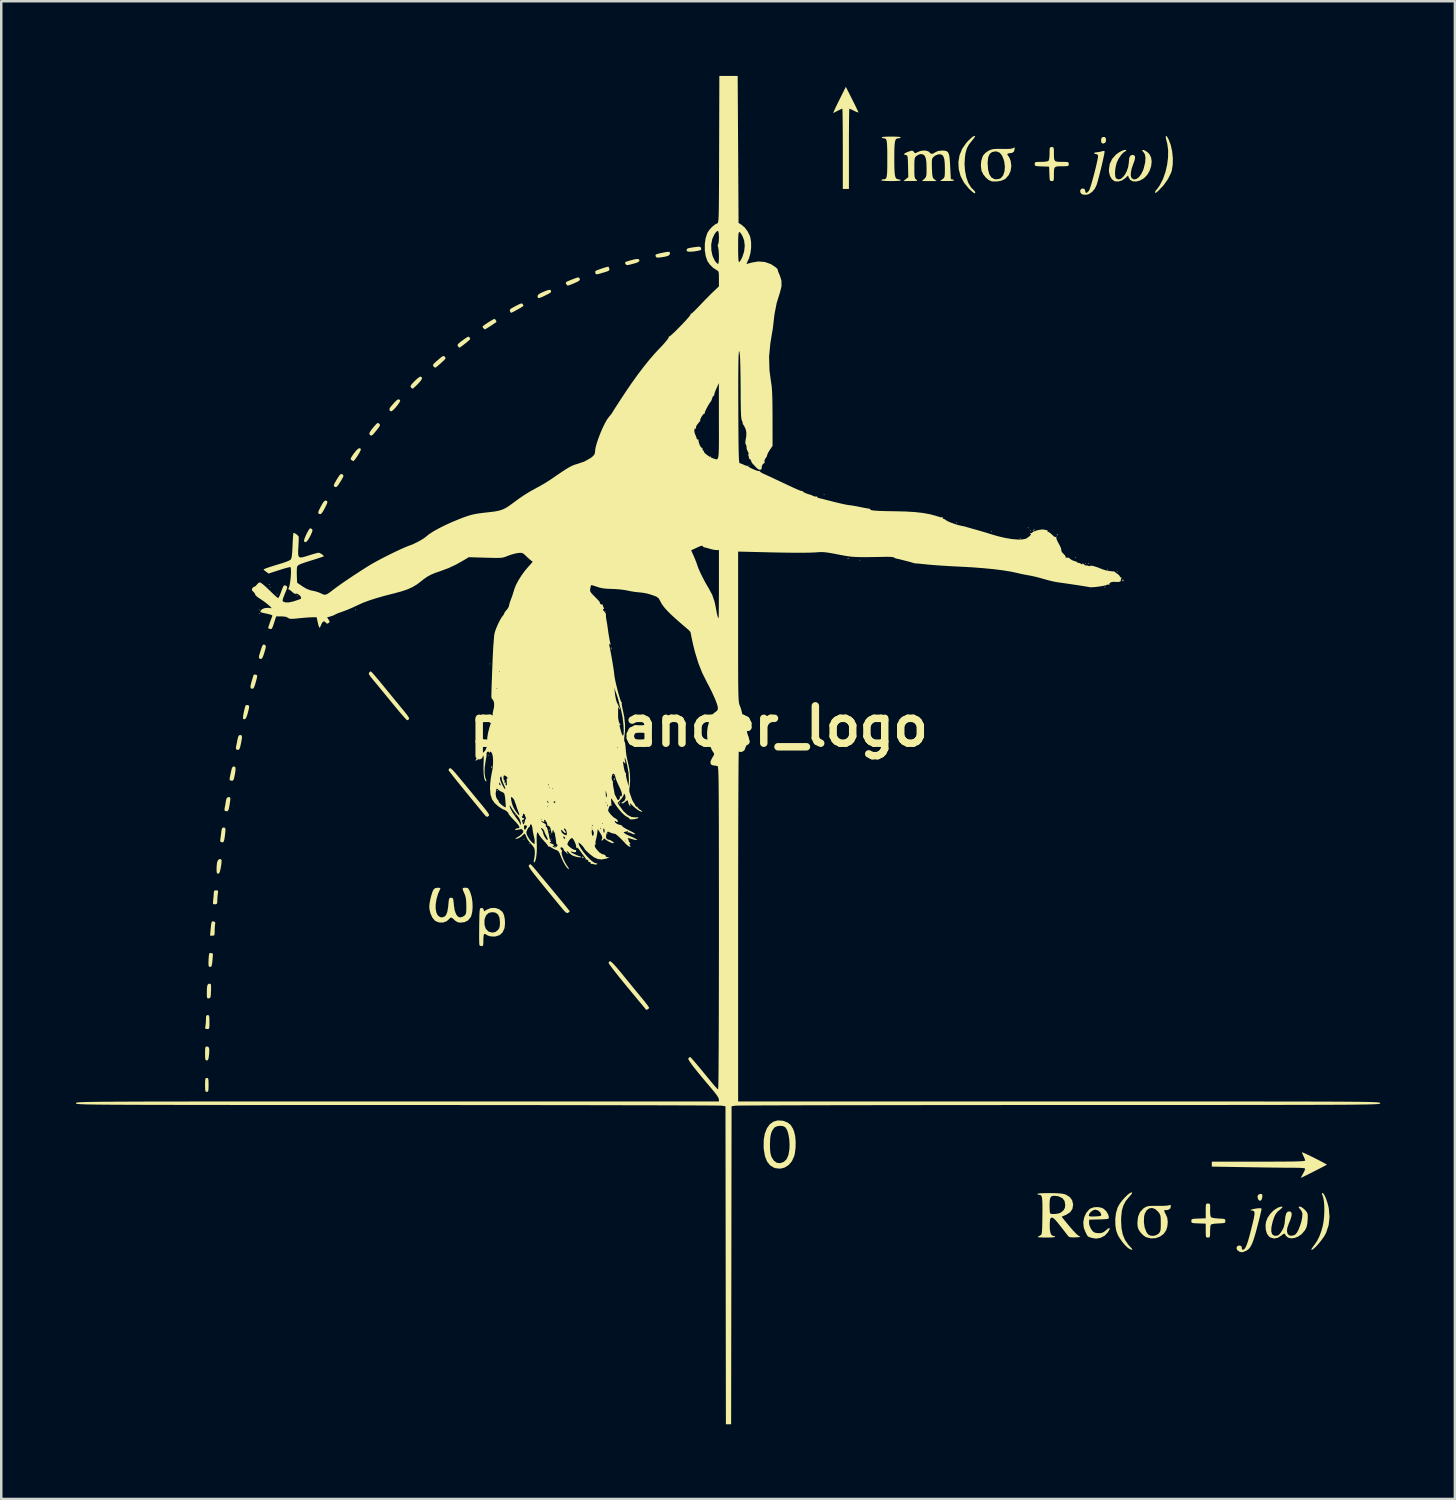
<source format=kicad_pcb>
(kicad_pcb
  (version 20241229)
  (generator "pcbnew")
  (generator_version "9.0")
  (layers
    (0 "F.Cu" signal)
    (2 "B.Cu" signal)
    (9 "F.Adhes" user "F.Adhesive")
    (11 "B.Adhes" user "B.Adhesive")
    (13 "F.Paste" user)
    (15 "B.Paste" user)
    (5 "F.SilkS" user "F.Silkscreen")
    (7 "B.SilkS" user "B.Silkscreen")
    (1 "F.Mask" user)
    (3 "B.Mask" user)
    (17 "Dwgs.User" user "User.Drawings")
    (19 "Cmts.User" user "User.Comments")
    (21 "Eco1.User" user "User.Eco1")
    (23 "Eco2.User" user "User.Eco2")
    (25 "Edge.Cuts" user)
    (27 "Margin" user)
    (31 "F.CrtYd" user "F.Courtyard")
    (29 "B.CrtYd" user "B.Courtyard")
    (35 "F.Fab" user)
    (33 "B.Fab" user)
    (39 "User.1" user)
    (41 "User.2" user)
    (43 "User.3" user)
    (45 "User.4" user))
  (footprint "poledancer_logo"
    (layer "F.Cu")
    (at 25.015 26.118)
    (property "Reference" "poledancer_logo" (at 0 0 0) (layer "F.SilkS") (effects (font (size 1.5 1.5) (thickness 0.3))))
    (attr board_only exclude_from_pos_files exclude_from_bom)
    (fp_poly (pts (xy -17.622 -4.677) (xy -17.64 -4.66) (xy -17.657 -4.677) (xy -17.64 -4.695)) (stroke (width 0) (type solid)) (fill yes) (layer "F.SilkS"))
    (fp_poly (pts (xy -17.622 -4.537) (xy -17.64 -4.519) (xy -17.657 -4.537) (xy -17.64 -4.554)) (stroke (width 0) (type solid)) (fill yes) (layer "F.SilkS"))
    (fp_poly (pts (xy -17.237 -5.693) (xy -17.254 -5.676) (xy -17.272 -5.693) (xy -17.254 -5.711)) (stroke (width 0) (type solid)) (fill yes) (layer "F.SilkS"))
    (fp_poly (pts (xy -17.202 -5.588) (xy -17.219 -5.57) (xy -17.237 -5.588) (xy -17.219 -5.606)) (stroke (width 0) (type solid)) (fill yes) (layer "F.SilkS"))
    (fp_poly (pts (xy -16.922 -5.308) (xy -16.939 -5.29) (xy -16.957 -5.308) (xy -16.939 -5.325)) (stroke (width 0) (type solid)) (fill yes) (layer "F.SilkS"))
    (fp_poly (pts (xy -16.116 -5.238) (xy -16.133 -5.22) (xy -16.151 -5.238) (xy -16.133 -5.255)) (stroke (width 0) (type solid)) (fill yes) (layer "F.SilkS"))
    (fp_poly (pts (xy -13.769 -4.677) (xy -13.786 -4.66) (xy -13.804 -4.677) (xy -13.786 -4.695)) (stroke (width 0) (type solid)) (fill yes) (layer "F.SilkS"))
    (fp_poly (pts (xy -8.443 1.174) (xy -8.461 1.191) (xy -8.478 1.174) (xy -8.461 1.156)) (stroke (width 0) (type solid)) (fill yes) (layer "F.SilkS"))
    (fp_poly (pts (xy -8.373 -2.505) (xy -8.391 -2.487) (xy -8.408 -2.505) (xy -8.391 -2.522)) (stroke (width 0) (type solid)) (fill yes) (layer "F.SilkS"))
    (fp_poly (pts (xy -7.357 3.556) (xy -7.375 3.574) (xy -7.392 3.556) (xy -7.375 3.538)) (stroke (width 0) (type solid)) (fill yes) (layer "F.SilkS"))
    (fp_poly (pts (xy -7.007 3.836) (xy -7.024 3.854) (xy -7.042 3.836) (xy -7.024 3.819)) (stroke (width 0) (type solid)) (fill yes) (layer "F.SilkS"))
    (fp_poly (pts (xy -7.007 4.537) (xy -7.024 4.554) (xy -7.042 4.537) (xy -7.024 4.519)) (stroke (width 0) (type solid)) (fill yes) (layer "F.SilkS"))
    (fp_poly (pts (xy -6.797 4.712) (xy -6.814 4.73) (xy -6.832 4.712) (xy -6.814 4.695)) (stroke (width 0) (type solid)) (fill yes) (layer "F.SilkS"))
    (fp_poly (pts (xy -5.956 4.327) (xy -5.973 4.344) (xy -5.991 4.327) (xy -5.973 4.309)) (stroke (width 0) (type solid)) (fill yes) (layer "F.SilkS"))
    (fp_poly (pts (xy -5.921 4.537) (xy -5.938 4.554) (xy -5.956 4.537) (xy -5.938 4.519)) (stroke (width 0) (type solid)) (fill yes) (layer "F.SilkS"))
    (fp_poly (pts (xy -3.749 -4.607) (xy -3.766 -4.59) (xy -3.784 -4.607) (xy -3.766 -4.625)) (stroke (width 0) (type solid)) (fill yes) (layer "F.SilkS"))
    (fp_poly (pts (xy -3.644 4.292) (xy -3.661 4.309) (xy -3.679 4.292) (xy -3.661 4.274)) (stroke (width 0) (type solid)) (fill yes) (layer "F.SilkS"))
    (fp_poly (pts (xy -3.398 1.979) (xy -3.416 1.997) (xy -3.433 1.979) (xy -3.416 1.962)) (stroke (width 0) (type solid)) (fill yes) (layer "F.SilkS"))
    (fp_poly (pts (xy 0.49 -10.843) (xy 0.473 -10.826) (xy 0.455 -10.843) (xy 0.473 -10.861)) (stroke (width 0) (type solid)) (fill yes) (layer "F.SilkS"))
    (fp_poly (pts (xy 2.032 -10.458) (xy 2.014 -10.44) (xy 1.997 -10.458) (xy 2.014 -10.475)) (stroke (width 0) (type solid)) (fill yes) (layer "F.SilkS"))
    (fp_poly (pts (xy 5.045 -9.302) (xy 5.027 -9.284) (xy 5.01 -9.302) (xy 5.027 -9.319)) (stroke (width 0) (type solid)) (fill yes) (layer "F.SilkS"))
    (fp_poly (pts (xy 6.481 -6.674) (xy 6.464 -6.657) (xy 6.446 -6.674) (xy 6.464 -6.692)) (stroke (width 0) (type solid)) (fill yes) (layer "F.SilkS"))
    (fp_poly (pts (xy 10.37 -8.181) (xy 10.353 -8.163) (xy 10.335 -8.181) (xy 10.353 -8.198)) (stroke (width 0) (type solid)) (fill yes) (layer "F.SilkS"))
    (fp_poly (pts (xy 11.772 -7.83) (xy 11.754 -7.813) (xy 11.737 -7.83) (xy 11.754 -7.848)) (stroke (width 0) (type solid)) (fill yes) (layer "F.SilkS"))
    (fp_poly (pts (xy 12.928 -7.55) (xy 12.91 -7.532) (xy 12.893 -7.55) (xy 12.91 -7.567)) (stroke (width 0) (type solid)) (fill yes) (layer "F.SilkS"))
    (fp_poly (pts (xy 13.243 -7.97) (xy 13.226 -7.953) (xy 13.208 -7.97) (xy 13.226 -7.988)) (stroke (width 0) (type solid)) (fill yes) (layer "F.SilkS"))
    (fp_poly (pts (xy 13.348 -7.865) (xy 13.331 -7.848) (xy 13.313 -7.865) (xy 13.331 -7.883)) (stroke (width 0) (type solid)) (fill yes) (layer "F.SilkS"))
    (fp_poly (pts (xy 15.135 -6.779) (xy 15.117 -6.762) (xy 15.1 -6.779) (xy 15.117 -6.797)) (stroke (width 0) (type solid)) (fill yes) (layer "F.SilkS"))
    (fp_poly (pts (xy 15.555 -6.534) (xy 15.538 -6.516) (xy 15.52 -6.534) (xy 15.538 -6.551)) (stroke (width 0) (type solid)) (fill yes) (layer "F.SilkS"))
    (fp_poly (pts (xy 15.66 -6.534) (xy 15.643 -6.516) (xy 15.625 -6.534) (xy 15.643 -6.551)) (stroke (width 0) (type solid)) (fill yes) (layer "F.SilkS"))
    (fp_poly (pts (xy 16.326 -5.588) (xy 16.309 -5.57) (xy 16.291 -5.588) (xy 16.309 -5.606)) (stroke (width 0) (type solid)) (fill yes) (layer "F.SilkS"))
    (fp_poly (pts (xy 16.431 -6.289) (xy 16.414 -6.271) (xy 16.396 -6.289) (xy 16.414 -6.306)) (stroke (width 0) (type solid)) (fill yes) (layer "F.SilkS"))
    (fp_poly (pts (xy 16.817 -6.219) (xy 16.799 -6.201) (xy 16.782 -6.219) (xy 16.799 -6.236)) (stroke (width 0) (type solid)) (fill yes) (layer "F.SilkS"))
    (fp_poly (pts (xy -8.314 1.605) (xy -8.31 1.66) (xy -8.317 1.672) (xy -8.333 1.662) (xy -8.335 1.626) (xy -8.327 1.589)) (stroke (width 0) (type solid)) (fill yes) (layer "F.SilkS"))
    (fp_poly (pts (xy -8.07 2.569) (xy -8.074 2.59) (xy -8.093 2.593) (xy -8.122 2.58) (xy -8.116 2.569) (xy -8.075 2.565)) (stroke (width 0) (type solid)) (fill yes) (layer "F.SilkS"))
    (fp_poly (pts (xy -6.003 4.146) (xy -5.998 4.187) (xy -6.003 4.192) (xy -6.023 4.188) (xy -6.026 4.169) (xy -6.013 4.14)) (stroke (width 0) (type solid)) (fill yes) (layer "F.SilkS"))
    (fp_poly (pts (xy -5.757 4.811) (xy -5.762 4.832) (xy -5.781 4.835) (xy -5.81 4.822) (xy -5.804 4.811) (xy -5.762 4.807)) (stroke (width 0) (type solid)) (fill yes) (layer "F.SilkS"))
    (fp_poly (pts (xy -3.515 -3.16) (xy -3.51 -3.105) (xy -3.517 -3.093) (xy -3.533 -3.103) (xy -3.536 -3.139) (xy -3.527 -3.176)) (stroke (width 0) (type solid)) (fill yes) (layer "F.SilkS"))
    (fp_poly (pts (xy 6.014 -6.75) (xy 6.009 -6.729) (xy 5.991 -6.727) (xy 5.962 -6.739) (xy 5.968 -6.75) (xy 6.009 -6.754)) (stroke (width 0) (type solid)) (fill yes) (layer "F.SilkS"))
    (fp_poly (pts (xy 14.423 -7.696) (xy 14.418 -7.675) (xy 14.399 -7.673) (xy 14.37 -7.685) (xy 14.376 -7.696) (xy 14.417 -7.7)) (stroke (width 0) (type solid)) (fill yes) (layer "F.SilkS"))
    (fp_poly (pts (xy -8.344 -0.441) (xy -8.306 -0.406) (xy -8.314 -0.386) (xy -8.319 -0.385) (xy -8.348 -0.41) (xy -8.359 -0.426) (xy -8.363 -0.45)) (stroke (width 0) (type solid)) (fill yes) (layer "F.SilkS"))
    (fp_poly (pts (xy -3.374 2.121) (xy -3.394 2.146) (xy -3.423 2.169) (xy -3.416 2.133) (xy -3.414 2.127) (xy -3.386 2.084) (xy -3.37 2.084)) (stroke (width 0) (type solid)) (fill yes) (layer "F.SilkS"))
    (fp_poly (pts (xy 17.046 -5.889) (xy 17.05 -5.867) (xy 17.042 -5.819) (xy 17.017 -5.838) (xy 17.011 -5.848) (xy 17.013 -5.893) (xy 17.02 -5.899)) (stroke (width 0) (type solid)) (fill yes) (layer "F.SilkS"))
    (fp_poly (pts (xy -4.66 5.238) (xy -4.626 5.269) (xy -4.625 5.275) (xy -4.652 5.29) (xy -4.66 5.29) (xy -4.693 5.263) (xy -4.695 5.253) (xy -4.673 5.232)) (stroke (width 0) (type solid)) (fill yes) (layer "F.SilkS"))
    (fp_poly (pts (xy -3.164 3.071) (xy -3.171 3.083) (xy -3.204 3.116) (xy -3.21 3.118) (xy -3.212 3.095) (xy -3.206 3.083) (xy -3.173 3.05) (xy -3.166 3.048)) (stroke (width 0) (type solid)) (fill yes) (layer "F.SilkS"))
    (fp_poly (pts (xy 13.477 -7.895) (xy 13.471 -7.883) (xy 13.438 -7.849) (xy 13.432 -7.848) (xy 13.429 -7.87) (xy 13.436 -7.883) (xy 13.469 -7.916) (xy 13.475 -7.918)) (stroke (width 0) (type solid)) (fill yes) (layer "F.SilkS"))
    (fp_poly (pts (xy 16.303 -23.665) (xy 16.347 -23.606) (xy 16.353 -23.508) (xy 16.32 -23.44) (xy 16.255 -23.404) (xy 16.189 -23.414) (xy 16.176 -23.425) (xy 16.157 -23.475) (xy 16.151 -23.547) (xy 16.172 -23.632) (xy 16.225 -23.667)) (stroke (width 0) (type solid)) (fill yes) (layer "F.SilkS"))
    (fp_poly (pts (xy 22.606 18.786) (xy 22.628 18.821) (xy 22.626 18.904) (xy 22.626 18.91) (xy 22.6 19.007) (xy 22.553 19.053) (xy 22.498 19.04) (xy 22.458 18.989) (xy 22.432 18.893) (xy 22.459 18.817) (xy 22.531 18.78) (xy 22.549 18.778)) (stroke (width 0) (type solid)) (fill yes) (layer "F.SilkS"))
    (fp_poly (pts (xy -19.197 5.333) (xy -19.172 5.359) (xy -19.165 5.421) (xy -19.175 5.529) (xy -19.202 5.696) (xy -19.202 5.699) (xy -19.236 5.839) (xy -19.275 5.912) (xy -19.323 5.918) (xy -19.351 5.897) (xy -19.364 5.848) (xy -19.369 5.752) (xy -19.366 5.633) (xy -19.354 5.513) (xy -19.343 5.448) (xy -19.305 5.362) (xy -19.242 5.332)) (stroke (width 0) (type solid)) (fill yes) (layer "F.SilkS"))
    (fp_poly (pts (xy -15.551 -7.93) (xy -15.529 -7.913) (xy -15.516 -7.873) (xy -15.534 -7.801) (xy -15.585 -7.684) (xy -15.61 -7.633) (xy -15.693 -7.487) (xy -15.761 -7.409) (xy -15.818 -7.396) (xy -15.856 -7.432) (xy -15.853 -7.48) (xy -15.824 -7.569) (xy -15.778 -7.679) (xy -15.723 -7.79) (xy -15.669 -7.885) (xy -15.625 -7.943) (xy -15.608 -7.953)) (stroke (width 0) (type solid)) (fill yes) (layer "F.SilkS"))
    (fp_poly (pts (xy -19.483 7.837) (xy -19.476 7.838) (xy -19.423 7.872) (xy -19.423 7.931) (xy -19.434 8.007) (xy -19.442 8.122) (xy -19.444 8.207) (xy -19.446 8.32) (xy -19.457 8.38) (xy -19.484 8.404) (xy -19.536 8.408) (xy -19.537 8.408) (xy -19.629 8.408) (xy -19.605 8.139) (xy -19.59 7.987) (xy -19.575 7.893) (xy -19.556 7.845) (xy -19.527 7.83)) (stroke (width 0) (type solid)) (fill yes) (layer "F.SilkS"))
    (fp_poly (pts (xy -18.113 -0.851) (xy -18.079 -0.838) (xy -18.062 -0.814) (xy -18.061 -0.765) (xy -18.077 -0.68) (xy -18.112 -0.545) (xy -18.134 -0.464) (xy -18.179 -0.345) (xy -18.229 -0.284) (xy -18.28 -0.286) (xy -18.306 -0.316) (xy -18.307 -0.362) (xy -18.295 -0.454) (xy -18.273 -0.57) (xy -18.246 -0.689) (xy -18.219 -0.788) (xy -18.197 -0.846) (xy -18.156 -0.857)) (stroke (width 0) (type solid)) (fill yes) (layer "F.SilkS"))
    (fp_poly (pts (xy -17.447 -3.279) (xy -17.416 -3.261) (xy -17.394 -3.235) (xy -17.391 -3.186) (xy -17.409 -3.1) (xy -17.448 -2.964) (xy -17.496 -2.821) (xy -17.536 -2.737) (xy -17.576 -2.704) (xy -17.624 -2.712) (xy -17.646 -2.725) (xy -17.667 -2.76) (xy -17.66 -2.831) (xy -17.634 -2.926) (xy -17.582 -3.093) (xy -17.543 -3.203) (xy -17.512 -3.264) (xy -17.482 -3.286)) (stroke (width 0) (type solid)) (fill yes) (layer "F.SilkS"))
    (fp_poly (pts (xy -14.962 -9.061) (xy -14.932 -9.044) (xy -14.916 -9.014) (xy -14.93 -8.953) (xy -14.976 -8.851) (xy -15.02 -8.765) (xy -15.093 -8.632) (xy -15.147 -8.554) (xy -15.192 -8.522) (xy -15.238 -8.527) (xy -15.27 -8.544) (xy -15.287 -8.573) (xy -15.277 -8.627) (xy -15.237 -8.72) (xy -15.183 -8.824) (xy -15.108 -8.957) (xy -15.053 -9.034) (xy -15.008 -9.066)) (stroke (width 0) (type solid)) (fill yes) (layer "F.SilkS"))
    (fp_poly (pts (xy -13.573 -11.13) (xy -13.584 -11.083) (xy -13.625 -10.999) (xy -13.686 -10.896) (xy -13.753 -10.793) (xy -13.816 -10.707) (xy -13.863 -10.657) (xy -13.876 -10.651) (xy -13.916 -10.669) (xy -13.953 -10.694) (xy -13.979 -10.722) (xy -13.978 -10.76) (xy -13.947 -10.822) (xy -13.88 -10.923) (xy -13.862 -10.948) (xy -13.755 -11.083) (xy -13.669 -11.158) (xy -13.606 -11.169)) (stroke (width 0) (type solid)) (fill yes) (layer "F.SilkS"))
    (fp_poly (pts (xy -11.999 -13.096) (xy -11.995 -13.087) (xy -12.007 -13.038) (xy -12.057 -12.957) (xy -12.129 -12.861) (xy -12.211 -12.767) (xy -12.288 -12.692) (xy -12.347 -12.651) (xy -12.36 -12.648) (xy -12.41 -12.676) (xy -12.425 -12.702) (xy -12.419 -12.765) (xy -12.377 -12.833) (xy -12.308 -12.911) (xy -12.225 -13.005) (xy -12.209 -13.024) (xy -12.117 -13.111) (xy -12.046 -13.135)) (stroke (width 0) (type solid)) (fill yes) (layer "F.SilkS"))
    (fp_poly (pts (xy -5.964 -17.524) (xy -5.951 -17.51) (xy -5.932 -17.471) (xy -5.94 -17.437) (xy -5.984 -17.399) (xy -6.075 -17.349) (xy -6.194 -17.291) (xy -6.324 -17.231) (xy -6.405 -17.202) (xy -6.45 -17.2) (xy -6.469 -17.22) (xy -6.479 -17.282) (xy -6.45 -17.335) (xy -6.373 -17.388) (xy -6.238 -17.45) (xy -6.217 -17.459) (xy -6.088 -17.508) (xy -6.008 -17.529)) (stroke (width 0) (type solid)) (fill yes) (layer "F.SilkS"))
    (fp_poly (pts (xy -19.701 12.871) (xy -19.669 12.92) (xy -19.659 13.014) (xy -19.668 13.163) (xy -19.671 13.191) (xy -19.687 13.316) (xy -19.706 13.385) (xy -19.735 13.414) (xy -19.762 13.418) (xy -19.796 13.412) (xy -19.816 13.383) (xy -19.826 13.317) (xy -19.829 13.201) (xy -19.83 13.138) (xy -19.828 12.998) (xy -19.821 12.915) (xy -19.806 12.873) (xy -19.778 12.859) (xy -19.758 12.858)) (stroke (width 0) (type solid)) (fill yes) (layer "F.SilkS"))
    (fp_poly (pts (xy -19.602 9.104) (xy -19.539 9.118) (xy -19.52 9.127) (xy -19.517 9.165) (xy -19.521 9.255) (xy -19.53 9.378) (xy -19.533 9.404) (xy -19.549 9.546) (xy -19.57 9.628) (xy -19.602 9.662) (xy -19.651 9.657) (xy -19.672 9.649) (xy -19.688 9.608) (xy -19.694 9.508) (xy -19.689 9.363) (xy -19.679 9.227) (xy -19.667 9.146) (xy -19.648 9.109) (xy -19.618 9.102)) (stroke (width 0) (type solid)) (fill yes) (layer "F.SilkS"))
    (fp_poly (pts (xy -18.822 2.864) (xy -18.815 2.918) (xy -18.825 3.018) (xy -18.848 3.168) (xy -18.873 3.302) (xy -18.901 3.378) (xy -18.938 3.41) (xy -18.992 3.408) (xy -19.001 3.407) (xy -19.042 3.386) (xy -19.051 3.337) (xy -19.039 3.264) (xy -19.015 3.138) (xy -18.993 3.005) (xy -18.992 2.995) (xy -18.969 2.9) (xy -18.93 2.855) (xy -18.892 2.844) (xy -18.848 2.843)) (stroke (width 0) (type solid)) (fill yes) (layer "F.SilkS"))
    (fp_poly (pts (xy -18.629 1.624) (xy -18.607 1.669) (xy -18.607 1.757) (xy -18.627 1.898) (xy -18.639 1.965) (xy -18.667 2.091) (xy -18.695 2.16) (xy -18.734 2.186) (xy -18.787 2.181) (xy -18.828 2.166) (xy -18.845 2.135) (xy -18.84 2.069) (xy -18.816 1.953) (xy -18.816 1.951) (xy -18.789 1.833) (xy -18.766 1.726) (xy -18.762 1.708) (xy -18.725 1.63) (xy -18.673 1.612)) (stroke (width 0) (type solid)) (fill yes) (layer "F.SilkS"))
    (fp_poly (pts (xy -17.797 -2.077) (xy -17.761 -2.065) (xy -17.742 -2.043) (xy -17.739 -1.999) (xy -17.755 -1.921) (xy -17.788 -1.795) (xy -17.817 -1.69) (xy -17.856 -1.578) (xy -17.894 -1.521) (xy -17.939 -1.506) (xy -17.996 -1.531) (xy -18.008 -1.579) (xy -17.998 -1.653) (xy -17.972 -1.763) (xy -17.952 -1.833) (xy -17.918 -1.942) (xy -17.893 -2.027) (xy -17.884 -2.056) (xy -17.845 -2.081)) (stroke (width 0) (type solid)) (fill yes) (layer "F.SilkS"))
    (fp_poly (pts (xy -14.339 -10.129) (xy -14.323 -10.122) (xy -14.285 -10.095) (xy -14.273 -10.06) (xy -14.29 -10.003) (xy -14.34 -9.913) (xy -14.415 -9.792) (xy -14.488 -9.682) (xy -14.538 -9.623) (xy -14.579 -9.606) (xy -14.623 -9.621) (xy -14.642 -9.632) (xy -14.66 -9.659) (xy -14.652 -9.708) (xy -14.611 -9.791) (xy -14.542 -9.911) (xy -14.466 -10.032) (xy -14.414 -10.103) (xy -14.375 -10.132)) (stroke (width 0) (type solid)) (fill yes) (layer "F.SilkS"))
    (fp_poly (pts (xy -11.124 -14.008) (xy -11.118 -13.993) (xy -11.131 -13.933) (xy -11.203 -13.835) (xy -11.284 -13.748) (xy -11.376 -13.658) (xy -11.45 -13.59) (xy -11.492 -13.559) (xy -11.495 -13.558) (xy -11.533 -13.582) (xy -11.563 -13.613) (xy -11.579 -13.648) (xy -11.566 -13.691) (xy -11.516 -13.757) (xy -11.421 -13.856) (xy -11.419 -13.858) (xy -11.3 -13.971) (xy -11.216 -14.032) (xy -11.16 -14.043)) (stroke (width 0) (type solid)) (fill yes) (layer "F.SilkS"))
    (fp_poly (pts (xy -2.433 -18.765) (xy -2.384 -18.726) (xy -2.396 -18.677) (xy -2.463 -18.63) (xy -2.531 -18.605) (xy -2.695 -18.56) (xy -2.803 -18.533) (xy -2.871 -18.523) (xy -2.909 -18.528) (xy -2.931 -18.548) (xy -2.945 -18.572) (xy -2.963 -18.607) (xy -2.963 -18.631) (xy -2.935 -18.652) (xy -2.868 -18.676) (xy -2.748 -18.71) (xy -2.687 -18.727) (xy -2.57 -18.755) (xy -2.475 -18.768)) (stroke (width 0) (type solid)) (fill yes) (layer "F.SilkS"))
    (fp_poly (pts (xy -1.184 -19.05) (xy -1.162 -19.025) (xy -1.162 -18.982) (xy -1.182 -18.933) (xy -1.231 -18.897) (xy -1.322 -18.868) (xy -1.467 -18.842) (xy -1.535 -18.832) (xy -1.642 -18.821) (xy -1.699 -18.83) (xy -1.728 -18.862) (xy -1.73 -18.868) (xy -1.743 -18.912) (xy -1.732 -18.941) (xy -1.685 -18.964) (xy -1.59 -18.989) (xy -1.5 -19.009) (xy -1.341 -19.041) (xy -1.24 -19.055)) (stroke (width 0) (type solid)) (fill yes) (layer "F.SilkS"))
    (fp_poly (pts (xy -19.725 14.125) (xy -19.704 14.152) (xy -19.693 14.214) (xy -19.69 14.325) (xy -19.689 14.399) (xy -19.691 14.539) (xy -19.698 14.623) (xy -19.713 14.664) (xy -19.741 14.678) (xy -19.759 14.679) (xy -19.794 14.674) (xy -19.815 14.647) (xy -19.826 14.585) (xy -19.829 14.473) (xy -19.83 14.399) (xy -19.828 14.26) (xy -19.821 14.176) (xy -19.806 14.134) (xy -19.778 14.12) (xy -19.759 14.119)) (stroke (width 0) (type solid)) (fill yes) (layer "F.SilkS"))
    (fp_poly (pts (xy -19.69 11.602) (xy -19.669 11.629) (xy -19.658 11.691) (xy -19.655 11.803) (xy -19.654 11.877) (xy -19.655 12.016) (xy -19.661 12.099) (xy -19.676 12.141) (xy -19.705 12.155) (xy -19.746 12.157) (xy -19.808 12.15) (xy -19.826 12.115) (xy -19.816 12.047) (xy -19.803 11.944) (xy -19.795 11.814) (xy -19.794 11.767) (xy -19.791 11.664) (xy -19.774 11.613) (xy -19.738 11.597) (xy -19.724 11.596)) (stroke (width 0) (type solid)) (fill yes) (layer "F.SilkS"))
    (fp_poly (pts (xy -19.616 10.341) (xy -19.597 10.367) (xy -19.589 10.428) (xy -19.589 10.537) (xy -19.592 10.624) (xy -19.598 10.767) (xy -19.608 10.854) (xy -19.625 10.9) (xy -19.655 10.919) (xy -19.681 10.924) (xy -19.722 10.926) (xy -19.745 10.906) (xy -19.756 10.851) (xy -19.759 10.746) (xy -19.759 10.691) (xy -19.756 10.526) (xy -19.742 10.42) (xy -19.716 10.36) (xy -19.673 10.337) (xy -19.649 10.335)) (stroke (width 0) (type solid)) (fill yes) (layer "F.SilkS"))
    (fp_poly (pts (xy -19.046 4.069) (xy -19.019 4.093) (xy -19.01 4.148) (xy -19.016 4.249) (xy -19.033 4.388) (xy -19.053 4.529) (xy -19.074 4.612) (xy -19.1 4.652) (xy -19.127 4.66) (xy -19.192 4.648) (xy -19.21 4.637) (xy -19.222 4.588) (xy -19.218 4.541) (xy -19.206 4.465) (xy -19.191 4.35) (xy -19.181 4.265) (xy -19.164 4.149) (xy -19.142 4.087) (xy -19.108 4.065) (xy -19.093 4.064)) (stroke (width 0) (type solid)) (fill yes) (layer "F.SilkS"))
    (fp_poly (pts (xy -18.379 0.356) (xy -18.353 0.381) (xy -18.347 0.438) (xy -18.36 0.54) (xy -18.385 0.674) (xy -18.417 0.818) (xy -18.446 0.903) (xy -18.477 0.941) (xy -18.498 0.946) (xy -18.562 0.934) (xy -18.579 0.923) (xy -18.591 0.874) (xy -18.587 0.827) (xy -18.571 0.752) (xy -18.549 0.638) (xy -18.532 0.552) (xy -18.505 0.434) (xy -18.475 0.371) (xy -18.436 0.351) (xy -18.428 0.35)) (stroke (width 0) (type solid)) (fill yes) (layer "F.SilkS"))
    (fp_poly (pts (xy -12.837 -12.151) (xy -12.81 -12.117) (xy -12.808 -12.081) (xy -12.836 -12.028) (xy -12.9 -11.943) (xy -12.949 -11.881) (xy -13.04 -11.771) (xy -13.098 -11.706) (xy -13.137 -11.678) (xy -13.167 -11.678) (xy -13.203 -11.698) (xy -13.206 -11.7) (xy -13.233 -11.737) (xy -13.221 -11.798) (xy -13.166 -11.888) (xy -13.063 -12.017) (xy -13.033 -12.052) (xy -12.956 -12.138) (xy -12.907 -12.178) (xy -12.872 -12.179)) (stroke (width 0) (type solid)) (fill yes) (layer "F.SilkS"))
    (fp_poly (pts (xy -7.077 -16.957) (xy -7.047 -16.902) (xy -7.042 -16.885) (xy -7.07 -16.862) (xy -7.143 -16.817) (xy -7.241 -16.76) (xy -7.349 -16.7) (xy -7.447 -16.648) (xy -7.518 -16.614) (xy -7.542 -16.606) (xy -7.568 -16.634) (xy -7.581 -16.662) (xy -7.593 -16.703) (xy -7.584 -16.737) (xy -7.544 -16.773) (xy -7.461 -16.823) (xy -7.342 -16.887) (xy -7.221 -16.948) (xy -7.146 -16.978) (xy -7.102 -16.979)) (stroke (width 0) (type solid)) (fill yes) (layer "F.SilkS"))
    (fp_poly (pts (xy 0.057 -19.251) (xy 0.083 -19.215) (xy 0.083 -19.215) (xy 0.096 -19.156) (xy 0.091 -19.138) (xy 0.039 -19.115) (xy -0.06 -19.092) (xy -0.18 -19.072) (xy -0.3 -19.061) (xy -0.342 -19.06) (xy -0.437 -19.065) (xy -0.481 -19.086) (xy -0.49 -19.125) (xy -0.485 -19.158) (xy -0.462 -19.182) (xy -0.409 -19.202) (xy -0.315 -19.221) (xy -0.167 -19.244) (xy -0.101 -19.253) (xy 0.002 -19.262)) (stroke (width 0) (type solid)) (fill yes) (layer "F.SilkS"))
    (fp_poly (pts (xy -19.328 6.592) (xy -19.307 6.622) (xy -19.313 6.696) (xy -19.317 6.718) (xy -19.331 6.844) (xy -19.338 6.981) (xy -19.339 6.998) (xy -19.343 7.092) (xy -19.363 7.135) (xy -19.411 7.147) (xy -19.431 7.147) (xy -19.485 7.144) (xy -19.509 7.122) (xy -19.513 7.063) (xy -19.502 6.963) (xy -19.489 6.837) (xy -19.481 6.724) (xy -19.479 6.683) (xy -19.468 6.612) (xy -19.42 6.588) (xy -19.387 6.586)) (stroke (width 0) (type solid)) (fill yes) (layer "F.SilkS"))
    (fp_poly (pts (xy -10.222 -14.859) (xy -10.202 -14.841) (xy -10.176 -14.808) (xy -10.176 -14.774) (xy -10.209 -14.727) (xy -10.283 -14.655) (xy -10.353 -14.591) (xy -10.453 -14.503) (xy -10.532 -14.436) (xy -10.577 -14.403) (xy -10.582 -14.401) (xy -10.62 -14.421) (xy -10.643 -14.441) (xy -10.673 -14.476) (xy -10.677 -14.511) (xy -10.648 -14.555) (xy -10.58 -14.623) (xy -10.473 -14.716) (xy -10.367 -14.807) (xy -10.298 -14.857) (xy -10.255 -14.872)) (stroke (width 0) (type solid)) (fill yes) (layer "F.SilkS"))
    (fp_poly (pts (xy -9.214 -15.626) (xy -9.212 -15.623) (xy -9.184 -15.568) (xy -9.18 -15.552) (xy -9.205 -15.524) (xy -9.269 -15.467) (xy -9.357 -15.394) (xy -9.452 -15.319) (xy -9.537 -15.254) (xy -9.596 -15.213) (xy -9.613 -15.205) (xy -9.643 -15.228) (xy -9.673 -15.262) (xy -9.691 -15.296) (xy -9.681 -15.335) (xy -9.637 -15.386) (xy -9.55 -15.456) (xy -9.413 -15.555) (xy -9.378 -15.58) (xy -9.292 -15.634) (xy -9.243 -15.648)) (stroke (width 0) (type solid)) (fill yes) (layer "F.SilkS"))
    (fp_poly (pts (xy -8.168 -16.333) (xy -8.135 -16.274) (xy -8.128 -16.24) (xy -8.155 -16.218) (xy -8.224 -16.171) (xy -8.317 -16.109) (xy -8.418 -16.043) (xy -8.509 -15.986) (xy -8.572 -15.949) (xy -8.59 -15.941) (xy -8.624 -15.962) (xy -8.647 -15.983) (xy -8.683 -16.032) (xy -8.689 -16.049) (xy -8.661 -16.079) (xy -8.591 -16.133) (xy -8.494 -16.198) (xy -8.39 -16.265) (xy -8.295 -16.321) (xy -8.227 -16.356) (xy -8.208 -16.361)) (stroke (width 0) (type solid)) (fill yes) (layer "F.SilkS"))
    (fp_poly (pts (xy -4.814 -18.02) (xy -4.796 -18.003) (xy -4.776 -17.952) (xy -4.793 -17.908) (xy -4.857 -17.863) (xy -4.976 -17.807) (xy -5.013 -17.791) (xy -5.144 -17.737) (xy -5.226 -17.708) (xy -5.272 -17.702) (xy -5.299 -17.718) (xy -5.321 -17.754) (xy -5.324 -17.76) (xy -5.342 -17.797) (xy -5.343 -17.823) (xy -5.316 -17.849) (xy -5.251 -17.881) (xy -5.135 -17.928) (xy -5.067 -17.955) (xy -4.938 -18.004) (xy -4.859 -18.024)) (stroke (width 0) (type solid)) (fill yes) (layer "F.SilkS"))
    (fp_poly (pts (xy -3.628 -18.458) (xy -3.61 -18.419) (xy -3.595 -18.372) (xy -3.59 -18.333) (xy -3.612 -18.302) (xy -3.674 -18.272) (xy -3.788 -18.235) (xy -3.827 -18.223) (xy -3.971 -18.181) (xy -4.061 -18.158) (xy -4.113 -18.153) (xy -4.139 -18.166) (xy -4.154 -18.195) (xy -4.157 -18.203) (xy -4.16 -18.265) (xy -4.147 -18.286) (xy -4.102 -18.31) (xy -4.014 -18.344) (xy -3.904 -18.383) (xy -3.791 -18.42) (xy -3.695 -18.447) (xy -3.637 -18.459)) (stroke (width 0) (type solid)) (fill yes) (layer "F.SilkS"))
    (fp_poly (pts (xy 18.797 -23.686) (xy 18.852 -23.595) (xy 18.862 -23.577) (xy 18.949 -23.351) (xy 19.007 -23.092) (xy 19.035 -22.821) (xy 19.031 -22.558) (xy 18.994 -22.324) (xy 18.963 -22.226) (xy 18.837 -21.974) (xy 18.66 -21.725) (xy 18.448 -21.502) (xy 18.402 -21.462) (xy 18.346 -21.42) (xy 18.325 -21.426) (xy 18.323 -21.451) (xy 18.344 -21.514) (xy 18.361 -21.53) (xy 18.399 -21.571) (xy 18.459 -21.652) (xy 18.513 -21.734) (xy 18.637 -21.975) (xy 18.736 -22.254) (xy 18.805 -22.553) (xy 18.843 -22.855) (xy 18.846 -23.142) (xy 18.811 -23.394) (xy 18.796 -23.452) (xy 18.759 -23.593) (xy 18.749 -23.681) (xy 18.762 -23.713)) (stroke (width 0) (type solid)) (fill yes) (layer "F.SilkS"))
    (fp_poly (pts (xy -3.523 9.455) (xy -3.438 9.534) (xy -3.317 9.666) (xy -3.163 9.849) (xy -3.149 9.865) (xy -2.931 10.132) (xy -2.737 10.369) (xy -2.548 10.6) (xy -2.345 10.847) (xy -2.198 11.026) (xy -2.109 11.138) (xy -2.04 11.232) (xy -2.002 11.294) (xy -1.997 11.308) (xy -2.024 11.344) (xy -2.077 11.378) (xy -2.114 11.384) (xy -2.137 11.358) (xy -2.199 11.283) (xy -2.295 11.167) (xy -2.421 11.016) (xy -2.57 10.836) (xy -2.738 10.633) (xy -2.873 10.47) (xy -3.052 10.252) (xy -3.216 10.049) (xy -3.359 9.868) (xy -3.477 9.716) (xy -3.564 9.599) (xy -3.615 9.524) (xy -3.626 9.5) (xy -3.597 9.445) (xy -3.569 9.432)) (stroke (width 0) (type solid)) (fill yes) (layer "F.SilkS"))
    (fp_poly (pts (xy 11.096 -23.705) (xy 11.084 -23.672) (xy 11.036 -23.602) (xy 10.967 -23.519) (xy 10.844 -23.362) (xy 10.763 -23.209) (xy 10.712 -23.035) (xy 10.685 -22.86) (xy 10.67 -22.575) (xy 10.691 -22.299) (xy 10.742 -22.043) (xy 10.822 -21.821) (xy 10.927 -21.646) (xy 11.003 -21.568) (xy 11.077 -21.492) (xy 11.105 -21.435) (xy 11.083 -21.407) (xy 11.069 -21.406) (xy 11.028 -21.429) (xy 10.953 -21.491) (xy 10.859 -21.579) (xy 10.839 -21.598) (xy 10.645 -21.837) (xy 10.51 -22.1) (xy 10.436 -22.376) (xy 10.422 -22.658) (xy 10.469 -22.935) (xy 10.578 -23.2) (xy 10.749 -23.441) (xy 10.763 -23.457) (xy 10.897 -23.594) (xy 11.001 -23.68) (xy 11.071 -23.713)) (stroke (width 0) (type solid)) (fill yes) (layer "F.SilkS"))
    (fp_poly (pts (xy -13.144 -2.181) (xy -13.078 -2.11) (xy -12.984 -2.002) (xy -12.87 -1.867) (xy -12.784 -1.763) (xy -12.557 -1.486) (xy -12.356 -1.241) (xy -12.162 -1.005) (xy -11.958 -0.756) (xy -11.818 -0.586) (xy -11.713 -0.453) (xy -11.653 -0.362) (xy -11.633 -0.306) (xy -11.641 -0.284) (xy -11.698 -0.25) (xy -11.717 -0.246) (xy -11.748 -0.273) (xy -11.817 -0.346) (xy -11.918 -0.46) (xy -12.044 -0.607) (xy -12.188 -0.78) (xy -12.332 -0.955) (xy -12.5 -1.16) (xy -12.664 -1.36) (xy -12.815 -1.544) (xy -12.946 -1.703) (xy -13.047 -1.825) (xy -13.097 -1.884) (xy -13.189 -1.999) (xy -13.24 -2.075) (xy -13.254 -2.124) (xy -13.241 -2.157) (xy -13.194 -2.199) (xy -13.174 -2.207)) (stroke (width 0) (type solid)) (fill yes) (layer "F.SilkS"))
    (fp_poly (pts (xy -9.937 1.709) (xy -9.871 1.771) (xy -9.777 1.876) (xy -9.648 2.029) (xy -9.596 2.091) (xy -9.444 2.275) (xy -9.265 2.493) (xy -9.077 2.721) (xy -8.897 2.939) (xy -8.808 3.045) (xy -8.66 3.226) (xy -8.553 3.36) (xy -8.481 3.456) (xy -8.44 3.522) (xy -8.425 3.564) (xy -8.432 3.59) (xy -8.441 3.599) (xy -8.487 3.631) (xy -8.523 3.632) (xy -8.567 3.596) (xy -8.637 3.514) (xy -8.639 3.512) (xy -8.892 3.205) (xy -9.13 2.915) (xy -9.349 2.648) (xy -9.544 2.407) (xy -9.713 2.198) (xy -9.853 2.023) (xy -9.958 1.889) (xy -10.027 1.799) (xy -10.054 1.758) (xy -10.055 1.756) (xy -10.031 1.709) (xy -10.008 1.686) (xy -9.981 1.682)) (stroke (width 0) (type solid)) (fill yes) (layer "F.SilkS"))
    (fp_poly (pts (xy 17.402 18.722) (xy 17.392 18.757) (xy 17.344 18.825) (xy 17.283 18.893) (xy 17.143 19.063) (xy 17.047 19.244) (xy 16.987 19.452) (xy 16.961 19.704) (xy 16.957 19.847) (xy 16.973 20.153) (xy 17.024 20.408) (xy 17.113 20.625) (xy 17.244 20.814) (xy 17.289 20.865) (xy 17.359 20.941) (xy 17.403 20.994) (xy 17.412 21.008) (xy 17.387 21.023) (xy 17.324 21.003) (xy 17.24 20.952) (xy 17.211 20.93) (xy 17.113 20.836) (xy 17.002 20.701) (xy 16.897 20.551) (xy 16.827 20.433) (xy 16.76 20.25) (xy 16.726 20.027) (xy 16.722 19.786) (xy 16.751 19.55) (xy 16.811 19.342) (xy 16.833 19.292) (xy 16.902 19.173) (xy 16.994 19.05) (xy 17.097 18.932) (xy 17.2 18.83) (xy 17.293 18.755) (xy 17.366 18.717)) (stroke (width 0) (type solid)) (fill yes) (layer "F.SilkS"))
    (fp_poly (pts (xy 25.052 18.743) (xy 25.09 18.775) (xy 25.138 18.859) (xy 25.19 18.98) (xy 25.239 19.123) (xy 25.28 19.273) (xy 25.298 19.36) (xy 25.327 19.706) (xy 25.292 20.03) (xy 25.193 20.33) (xy 25.171 20.376) (xy 25.105 20.49) (xy 25.02 20.612) (xy 24.924 20.734) (xy 24.827 20.846) (xy 24.737 20.938) (xy 24.663 21) (xy 24.612 21.025) (xy 24.594 21.003) (xy 24.614 20.969) (xy 24.665 20.896) (xy 24.722 20.82) (xy 24.831 20.659) (xy 24.919 20.484) (xy 24.995 20.276) (xy 25.05 20.081) (xy 25.086 19.898) (xy 25.109 19.684) (xy 25.119 19.458) (xy 25.116 19.241) (xy 25.099 19.051) (xy 25.069 18.909) (xy 25.066 18.901) (xy 25.032 18.806) (xy 25.019 18.759) (xy 25.026 18.744) (xy 25.05 18.743)) (stroke (width 0) (type solid)) (fill yes) (layer "F.SilkS"))
    (fp_poly (pts (xy -6.735 5.561) (xy -6.67 5.63) (xy -6.581 5.733) (xy -6.475 5.858) (xy -6.474 5.86) (xy -6.369 5.987) (xy -6.23 6.154) (xy -6.07 6.347) (xy -5.899 6.553) (xy -5.73 6.756) (xy -5.697 6.797) (xy -5.551 6.973) (xy -5.421 7.131) (xy -5.314 7.263) (xy -5.235 7.361) (xy -5.192 7.417) (xy -5.186 7.428) (xy -5.211 7.458) (xy -5.247 7.484) (xy -5.291 7.499) (xy -5.339 7.477) (xy -5.407 7.41) (xy -5.434 7.379) (xy -5.488 7.315) (xy -5.58 7.205) (xy -5.702 7.057) (xy -5.848 6.88) (xy -6.01 6.683) (xy -6.182 6.473) (xy -6.214 6.434) (xy -6.408 6.196) (xy -6.56 6.006) (xy -6.674 5.859) (xy -6.755 5.749) (xy -6.805 5.671) (xy -6.83 5.62) (xy -6.832 5.59) (xy -6.829 5.584) (xy -6.783 5.543) (xy -6.765 5.535)) (stroke (width 0) (type solid)) (fill yes) (layer "F.SilkS"))
    (fp_poly (pts (xy 6.155 -25.182) (xy 6.241 -25.01) (xy 6.314 -24.861) (xy 6.37 -24.745) (xy 6.403 -24.673) (xy 6.409 -24.655) (xy 6.383 -24.655) (xy 6.311 -24.681) (xy 6.237 -24.716) (xy 6.139 -24.765) (xy 6.067 -24.797) (xy 6.045 -24.804) (xy 6.041 -24.771) (xy 6.037 -24.673) (xy 6.034 -24.52) (xy 6.031 -24.318) (xy 6.029 -24.073) (xy 6.027 -23.792) (xy 6.026 -23.483) (xy 6.026 -23.193) (xy 6.026 -21.581) (xy 5.903 -21.581) (xy 5.781 -21.581) (xy 5.781 -23.193) (xy 5.78 -23.521) (xy 5.779 -23.827) (xy 5.777 -24.104) (xy 5.775 -24.344) (xy 5.772 -24.541) (xy 5.769 -24.688) (xy 5.765 -24.778) (xy 5.762 -24.804) (xy 5.723 -24.79) (xy 5.642 -24.752) (xy 5.568 -24.716) (xy 5.393 -24.627) (xy 5.442 -24.742) (xy 5.476 -24.817) (xy 5.534 -24.938) (xy 5.608 -25.09) (xy 5.69 -25.255) (xy 5.697 -25.269) (xy 5.902 -25.681)) (stroke (width 0) (type solid)) (fill yes) (layer "F.SilkS"))
    (fp_poly (pts (xy 16.293 -23.098) (xy 16.292 -23.058) (xy 16.276 -22.963) (xy 16.247 -22.823) (xy 16.209 -22.652) (xy 16.164 -22.461) (xy 16.115 -22.262) (xy 16.065 -22.067) (xy 16.017 -21.888) (xy 15.978 -21.753) (xy 15.905 -21.596) (xy 15.796 -21.465) (xy 15.667 -21.376) (xy 15.573 -21.348) (xy 15.441 -21.35) (xy 15.368 -21.379) (xy 15.317 -21.448) (xy 15.315 -21.524) (xy 15.356 -21.582) (xy 15.415 -21.599) (xy 15.482 -21.584) (xy 15.51 -21.525) (xy 15.514 -21.5) (xy 15.536 -21.429) (xy 15.58 -21.425) (xy 15.645 -21.486) (xy 15.667 -21.513) (xy 15.694 -21.573) (xy 15.733 -21.685) (xy 15.779 -21.837) (xy 15.83 -22.016) (xy 15.881 -22.209) (xy 15.93 -22.403) (xy 15.973 -22.584) (xy 16.007 -22.741) (xy 16.028 -22.859) (xy 16.033 -22.926) (xy 16.032 -22.933) (xy 15.985 -22.974) (xy 15.942 -22.983) (xy 15.884 -22.997) (xy 15.871 -23.018) (xy 15.901 -23.042) (xy 15.973 -23.053) (xy 16.088 -23.066) (xy 16.172 -23.089) (xy 16.248 -23.107)) (stroke (width 0) (type solid)) (fill yes) (layer "F.SilkS"))
    (fp_poly (pts (xy 22.583 19.359) (xy 22.597 19.382) (xy 22.589 19.431) (xy 22.566 19.534) (xy 22.533 19.675) (xy 22.492 19.84) (xy 22.49 19.847) (xy 22.409 20.161) (xy 22.339 20.415) (xy 22.277 20.614) (xy 22.22 20.768) (xy 22.163 20.882) (xy 22.105 20.965) (xy 22.041 21.024) (xy 21.969 21.066) (xy 21.944 21.077) (xy 21.854 21.112) (xy 21.793 21.12) (xy 21.729 21.103) (xy 21.7 21.091) (xy 21.624 21.037) (xy 21.593 20.966) (xy 21.604 20.9) (xy 21.657 20.857) (xy 21.717 20.852) (xy 21.785 20.874) (xy 21.802 20.928) (xy 21.801 20.942) (xy 21.812 21.007) (xy 21.844 21.021) (xy 21.887 21.008) (xy 21.93 20.965) (xy 21.974 20.887) (xy 22.022 20.766) (xy 22.075 20.598) (xy 22.136 20.375) (xy 22.208 20.092) (xy 22.242 19.952) (xy 22.287 19.756) (xy 22.312 19.617) (xy 22.314 19.525) (xy 22.294 19.473) (xy 22.251 19.448) (xy 22.199 19.443) (xy 22.151 19.436) (xy 22.161 19.42) (xy 22.217 19.398) (xy 22.31 19.376) (xy 22.413 19.36) (xy 22.526 19.35)) (stroke (width 0) (type solid)) (fill yes) (layer "F.SilkS"))
    (fp_poly (pts (xy 7.914 -23.68) (xy 8.042 -23.672) (xy 8.105 -23.659) (xy 8.11 -23.648) (xy 8.061 -23.62) (xy 8.016 -23.613) (xy 7.963 -23.607) (xy 7.922 -23.585) (xy 7.892 -23.536) (xy 7.872 -23.455) (xy 7.859 -23.331) (xy 7.852 -23.158) (xy 7.849 -22.926) (xy 7.849 -22.806) (xy 7.85 -22.54) (xy 7.856 -22.335) (xy 7.867 -22.184) (xy 7.886 -22.08) (xy 7.915 -22.015) (xy 7.955 -21.979) (xy 8.007 -21.967) (xy 8.023 -21.967) (xy 8.089 -21.95) (xy 8.11 -21.932) (xy 8.088 -21.915) (xy 7.998 -21.904) (xy 7.846 -21.898) (xy 7.727 -21.897) (xy 7.547 -21.899) (xy 7.415 -21.908) (xy 7.338 -21.921) (xy 7.322 -21.932) (xy 7.352 -21.959) (xy 7.403 -21.967) (xy 7.455 -21.97) (xy 7.495 -21.985) (xy 7.524 -22.021) (xy 7.544 -22.086) (xy 7.557 -22.188) (xy 7.564 -22.336) (xy 7.567 -22.537) (xy 7.567 -22.79) (xy 7.567 -23.051) (xy 7.563 -23.251) (xy 7.556 -23.397) (xy 7.543 -23.498) (xy 7.524 -23.562) (xy 7.496 -23.596) (xy 7.458 -23.611) (xy 7.422 -23.613) (xy 7.358 -23.631) (xy 7.34 -23.648) (xy 7.362 -23.665) (xy 7.452 -23.676) (xy 7.605 -23.682) (xy 7.725 -23.683)) (stroke (width 0) (type solid)) (fill yes) (layer "F.SilkS"))
    (fp_poly (pts (xy 3.362 15.838) (xy 3.421 15.853) (xy 3.575 15.917) (xy 3.689 16.012) (xy 3.776 16.153) (xy 3.82 16.259) (xy 3.867 16.449) (xy 3.888 16.679) (xy 3.884 16.921) (xy 3.855 17.15) (xy 3.828 17.261) (xy 3.738 17.462) (xy 3.609 17.616) (xy 3.45 17.718) (xy 3.272 17.764) (xy 3.083 17.746) (xy 3.013 17.723) (xy 2.857 17.627) (xy 2.739 17.476) (xy 2.656 17.27) (xy 2.61 17.004) (xy 2.601 16.899) (xy 2.603 16.8) (xy 2.855 16.8) (xy 2.859 16.989) (xy 2.872 17.128) (xy 2.897 17.235) (xy 2.923 17.302) (xy 3.016 17.446) (xy 3.132 17.527) (xy 3.265 17.543) (xy 3.41 17.491) (xy 3.42 17.485) (xy 3.525 17.38) (xy 3.597 17.214) (xy 3.636 16.987) (xy 3.643 16.802) (xy 3.631 16.579) (xy 3.596 16.379) (xy 3.544 16.216) (xy 3.48 16.11) (xy 3.393 16.059) (xy 3.273 16.042) (xy 3.148 16.057) (xy 3.047 16.104) (xy 3.025 16.125) (xy 2.948 16.232) (xy 2.896 16.362) (xy 2.867 16.527) (xy 2.856 16.743) (xy 2.855 16.8) (xy 2.603 16.8) (xy 2.605 16.606) (xy 2.65 16.353) (xy 2.732 16.144) (xy 2.847 15.984) (xy 2.993 15.876) (xy 3.166 15.826)) (stroke (width 0) (type solid)) (fill yes) (layer "F.SilkS"))
    (fp_poly (pts (xy 20.488 19.166) (xy 20.516 19.181) (xy 20.53 19.222) (xy 20.534 19.305) (xy 20.531 19.442) (xy 20.531 19.464) (xy 20.537 19.618) (xy 20.563 19.704) (xy 20.573 19.717) (xy 20.63 19.737) (xy 20.735 19.755) (xy 20.867 19.766) (xy 20.882 19.767) (xy 21.015 19.773) (xy 21.093 19.783) (xy 21.131 19.803) (xy 21.142 19.837) (xy 21.143 19.865) (xy 21.14 19.908) (xy 21.12 19.935) (xy 21.07 19.95) (xy 20.975 19.958) (xy 20.864 19.963) (xy 20.713 19.973) (xy 20.607 19.992) (xy 20.558 20.015) (xy 20.544 20.07) (xy 20.534 20.172) (xy 20.531 20.294) (xy 20.529 20.419) (xy 20.521 20.49) (xy 20.5 20.522) (xy 20.462 20.53) (xy 20.443 20.53) (xy 20.399 20.527) (xy 20.373 20.509) (xy 20.36 20.46) (xy 20.356 20.367) (xy 20.355 20.251) (xy 20.355 19.972) (xy 20.066 19.962) (xy 19.924 19.956) (xy 19.839 19.948) (xy 19.795 19.931) (xy 19.779 19.903) (xy 19.777 19.865) (xy 19.78 19.822) (xy 19.799 19.795) (xy 19.848 19.78) (xy 19.941 19.772) (xy 20.066 19.767) (xy 20.355 19.757) (xy 20.355 19.46) (xy 20.356 19.316) (xy 20.361 19.229) (xy 20.375 19.183) (xy 20.401 19.166) (xy 20.443 19.164)) (stroke (width 0) (type solid)) (fill yes) (layer "F.SilkS"))
    (fp_poly (pts (xy 24.257 17.116) (xy 24.343 17.153) (xy 24.469 17.212) (xy 24.626 17.288) (xy 24.734 17.342) (xy 24.902 17.427) (xy 25.044 17.501) (xy 25.15 17.559) (xy 25.21 17.594) (xy 25.22 17.603) (xy 25.183 17.625) (xy 25.098 17.671) (xy 24.978 17.733) (xy 24.834 17.807) (xy 24.679 17.886) (xy 24.526 17.964) (xy 24.386 18.033) (xy 24.273 18.089) (xy 24.198 18.124) (xy 24.174 18.133) (xy 24.19 18.098) (xy 24.23 18.022) (xy 24.261 17.968) (xy 24.312 17.871) (xy 24.343 17.795) (xy 24.349 17.771) (xy 24.33 17.753) (xy 24.271 17.74) (xy 24.162 17.732) (xy 23.995 17.728) (xy 23.847 17.727) (xy 23.695 17.727) (xy 23.484 17.725) (xy 23.227 17.722) (xy 22.935 17.719) (xy 22.619 17.714) (xy 22.291 17.709) (xy 21.972 17.704) (xy 20.6 17.681) (xy 20.6 17.582) (xy 20.6 17.482) (xy 22.475 17.482) (xy 22.898 17.482) (xy 23.256 17.481) (xy 23.554 17.479) (xy 23.796 17.477) (xy 23.987 17.473) (xy 24.133 17.468) (xy 24.237 17.462) (xy 24.304 17.455) (xy 24.34 17.446) (xy 24.349 17.437) (xy 24.334 17.38) (xy 24.296 17.29) (xy 24.279 17.256) (xy 24.24 17.17) (xy 24.222 17.115) (xy 24.223 17.106)) (stroke (width 0) (type solid)) (fill yes) (layer "F.SilkS"))
    (fp_poly (pts (xy 14.215 -23.26) (xy 14.241 -23.241) (xy 14.254 -23.192) (xy 14.259 -23.099) (xy 14.259 -22.986) (xy 14.261 -22.842) (xy 14.275 -22.75) (xy 14.313 -22.697) (xy 14.389 -22.674) (xy 14.515 -22.668) (xy 14.612 -22.667) (xy 14.739 -22.666) (xy 14.812 -22.658) (xy 14.845 -22.639) (xy 14.854 -22.602) (xy 14.855 -22.58) (xy 14.851 -22.534) (xy 14.83 -22.508) (xy 14.776 -22.496) (xy 14.673 -22.492) (xy 14.612 -22.492) (xy 14.452 -22.491) (xy 14.35 -22.478) (xy 14.292 -22.443) (xy 14.266 -22.375) (xy 14.259 -22.261) (xy 14.259 -22.173) (xy 14.258 -22.035) (xy 14.252 -21.953) (xy 14.237 -21.912) (xy 14.207 -21.898) (xy 14.173 -21.897) (xy 14.131 -21.9) (xy 14.104 -21.919) (xy 14.089 -21.969) (xy 14.081 -22.063) (xy 14.077 -22.186) (xy 14.066 -22.475) (xy 13.777 -22.485) (xy 13.636 -22.491) (xy 13.55 -22.5) (xy 13.506 -22.516) (xy 13.49 -22.545) (xy 13.488 -22.581) (xy 13.492 -22.625) (xy 13.513 -22.651) (xy 13.565 -22.663) (xy 13.665 -22.667) (xy 13.744 -22.667) (xy 13.889 -22.673) (xy 13.995 -22.689) (xy 14.042 -22.709) (xy 14.065 -22.768) (xy 14.079 -22.88) (xy 14.084 -23.007) (xy 14.085 -23.139) (xy 14.092 -23.215) (xy 14.11 -23.251) (xy 14.143 -23.262) (xy 14.171 -23.263)) (stroke (width 0) (type solid)) (fill yes) (layer "F.SilkS"))
    (fp_poly (pts (xy 16.175 19.335) (xy 16.26 19.377) (xy 16.364 19.478) (xy 16.438 19.603) (xy 16.466 19.722) (xy 16.462 19.752) (xy 16.44 19.773) (xy 16.389 19.786) (xy 16.297 19.794) (xy 16.152 19.8) (xy 16.072 19.802) (xy 15.678 19.812) (xy 15.667 19.921) (xy 15.682 20.032) (xy 15.733 20.157) (xy 15.806 20.265) (xy 15.872 20.321) (xy 15.948 20.343) (xy 16.054 20.355) (xy 16.078 20.355) (xy 16.182 20.344) (xy 16.272 20.301) (xy 16.361 20.228) (xy 16.448 20.16) (xy 16.494 20.147) (xy 16.497 20.185) (xy 16.454 20.272) (xy 16.422 20.324) (xy 16.296 20.456) (xy 16.134 20.541) (xy 15.956 20.573) (xy 15.783 20.546) (xy 15.696 20.515) (xy 15.643 20.497) (xy 15.637 20.496) (xy 15.607 20.464) (xy 15.564 20.388) (xy 15.517 20.287) (xy 15.476 20.184) (xy 15.454 20.109) (xy 15.439 19.913) (xy 15.475 19.717) (xy 15.512 19.637) (xy 15.66 19.637) (xy 15.671 19.666) (xy 15.712 19.681) (xy 15.797 19.685) (xy 15.914 19.682) (xy 16.046 19.675) (xy 16.121 19.664) (xy 16.154 19.645) (xy 16.159 19.612) (xy 16.158 19.602) (xy 16.113 19.51) (xy 16.025 19.439) (xy 15.92 19.409) (xy 15.918 19.409) (xy 15.833 19.435) (xy 15.746 19.497) (xy 15.681 19.575) (xy 15.66 19.637) (xy 15.512 19.637) (xy 15.556 19.541) (xy 15.673 19.403) (xy 15.734 19.36) (xy 15.868 19.314) (xy 16.025 19.306)) (stroke (width 0) (type solid)) (fill yes) (layer "F.SilkS"))
    (fp_poly (pts (xy -8.025 7.342) (xy -7.899 7.441) (xy -7.867 7.483) (xy -7.82 7.597) (xy -7.792 7.753) (xy -7.785 7.923) (xy -7.801 8.082) (xy -7.809 8.117) (xy -7.883 8.278) (xy -8 8.385) (xy -8.162 8.438) (xy -8.249 8.443) (xy -8.399 8.43) (xy -8.505 8.387) (xy -8.523 8.374) (xy -8.581 8.336) (xy -8.62 8.34) (xy -8.642 8.393) (xy -8.652 8.502) (xy -8.654 8.621) (xy -8.656 8.738) (xy -8.667 8.8) (xy -8.693 8.825) (xy -8.725 8.829) (xy -8.791 8.809) (xy -8.813 8.784) (xy -8.818 8.737) (xy -8.821 8.631) (xy -8.823 8.477) (xy -8.823 8.287) (xy -8.821 8.072) (xy -8.821 8.022) (xy -8.817 7.789) (xy -8.609 7.789) (xy -8.607 7.977) (xy -8.557 8.127) (xy -8.463 8.23) (xy -8.433 8.247) (xy -8.292 8.286) (xy -8.164 8.256) (xy -8.067 8.177) (xy -8.02 8.111) (xy -7.996 8.028) (xy -7.988 7.906) (xy -7.988 7.868) (xy -8.006 7.685) (xy -8.064 7.558) (xy -8.162 7.485) (xy -8.295 7.462) (xy -8.436 7.492) (xy -8.537 7.579) (xy -8.598 7.72) (xy -8.609 7.789) (xy -8.817 7.789) (xy -8.817 7.781) (xy -8.814 7.601) (xy -8.808 7.472) (xy -8.801 7.387) (xy -8.79 7.335) (xy -8.775 7.309) (xy -8.754 7.297) (xy -8.737 7.294) (xy -8.669 7.309) (xy -8.644 7.357) (xy -8.624 7.43) (xy -8.508 7.359) (xy -8.349 7.297) (xy -8.182 7.293)) (stroke (width 0) (type solid)) (fill yes) (layer "F.SilkS"))
    (fp_poly (pts (xy 12.682 -23.22) (xy 12.682 -23.187) (xy 12.656 -23.084) (xy 12.579 -23.028) (xy 12.502 -23.018) (xy 12.414 -23.004) (xy 12.384 -22.967) (xy 12.417 -22.915) (xy 12.42 -22.912) (xy 12.46 -22.855) (xy 12.503 -22.757) (xy 12.522 -22.7) (xy 12.549 -22.505) (xy 12.521 -22.312) (xy 12.444 -22.137) (xy 12.323 -21.999) (xy 12.275 -21.965) (xy 12.142 -21.91) (xy 11.973 -21.88) (xy 11.803 -21.88) (xy 11.762 -21.885) (xy 11.648 -21.933) (xy 11.531 -22.029) (xy 11.429 -22.154) (xy 11.36 -22.289) (xy 11.351 -22.317) (xy 11.325 -22.511) (xy 11.332 -22.604) (xy 11.597 -22.604) (xy 11.615 -22.355) (xy 11.665 -22.167) (xy 11.749 -22.041) (xy 11.865 -21.977) (xy 11.944 -21.968) (xy 12.047 -21.981) (xy 12.126 -22.012) (xy 12.13 -22.015) (xy 12.22 -22.125) (xy 12.274 -22.281) (xy 12.29 -22.469) (xy 12.265 -22.673) (xy 12.244 -22.753) (xy 12.174 -22.924) (xy 12.086 -23.032) (xy 11.972 -23.082) (xy 11.908 -23.088) (xy 11.775 -23.063) (xy 11.681 -22.987) (xy 11.622 -22.857) (xy 11.598 -22.668) (xy 11.597 -22.604) (xy 11.332 -22.604) (xy 11.341 -22.71) (xy 11.397 -22.887) (xy 11.421 -22.93) (xy 11.503 -23.023) (xy 11.616 -23.105) (xy 11.649 -23.123) (xy 11.728 -23.157) (xy 11.81 -23.178) (xy 11.911 -23.188) (xy 12.051 -23.19) (xy 12.187 -23.188) (xy 12.379 -23.186) (xy 12.512 -23.193) (xy 12.594 -23.208) (xy 12.626 -23.225) (xy 12.668 -23.25)) (stroke (width 0) (type solid)) (fill yes) (layer "F.SilkS"))
    (fp_poly (pts (xy 18.953 19.251) (xy 18.954 19.286) (xy 18.929 19.367) (xy 18.863 19.41) (xy 18.787 19.43) (xy 18.743 19.426) (xy 18.702 19.42) (xy 18.692 19.46) (xy 18.712 19.528) (xy 18.749 19.593) (xy 18.809 19.728) (xy 18.831 19.898) (xy 18.815 20.08) (xy 18.767 20.237) (xy 18.664 20.386) (xy 18.517 20.493) (xy 18.341 20.555) (xy 18.153 20.565) (xy 17.969 20.518) (xy 17.939 20.504) (xy 17.844 20.437) (xy 17.748 20.339) (xy 17.715 20.297) (xy 17.655 20.199) (xy 17.624 20.104) (xy 17.613 19.981) (xy 17.612 19.929) (xy 17.615 19.904) (xy 17.871 19.904) (xy 17.901 20.119) (xy 17.97 20.302) (xy 18.035 20.399) (xy 18.122 20.451) (xy 18.24 20.463) (xy 18.361 20.437) (xy 18.461 20.374) (xy 18.466 20.37) (xy 18.506 20.32) (xy 18.531 20.266) (xy 18.545 20.189) (xy 18.55 20.073) (xy 18.55 19.952) (xy 18.549 19.796) (xy 18.542 19.692) (xy 18.525 19.619) (xy 18.493 19.558) (xy 18.442 19.491) (xy 18.442 19.491) (xy 18.323 19.384) (xy 18.199 19.342) (xy 18.082 19.361) (xy 17.981 19.438) (xy 17.909 19.568) (xy 17.882 19.677) (xy 17.871 19.904) (xy 17.615 19.904) (xy 17.637 19.697) (xy 17.716 19.509) (xy 17.847 19.366) (xy 17.893 19.334) (xy 17.957 19.298) (xy 18.02 19.275) (xy 18.101 19.262) (xy 18.214 19.257) (xy 18.377 19.258) (xy 18.424 19.259) (xy 18.59 19.259) (xy 18.735 19.253) (xy 18.841 19.243) (xy 18.888 19.231) (xy 18.936 19.216)) (stroke (width 0) (type solid)) (fill yes) (layer "F.SilkS"))
    (fp_poly (pts (xy 17.16 -23.139) (xy 17.155 -23.108) (xy 17.132 -23.095) (xy 17.044 -23.038) (xy 16.948 -22.932) (xy 16.858 -22.797) (xy 16.788 -22.651) (xy 16.746 -22.508) (xy 16.72 -22.352) (xy 16.712 -22.205) (xy 16.722 -22.084) (xy 16.752 -22.011) (xy 16.753 -22.009) (xy 16.837 -21.964) (xy 16.929 -21.979) (xy 17.021 -22.045) (xy 17.108 -22.151) (xy 17.183 -22.291) (xy 17.238 -22.453) (xy 17.267 -22.63) (xy 17.269 -22.687) (xy 17.285 -22.83) (xy 17.327 -22.915) (xy 17.401 -22.947) (xy 17.418 -22.948) (xy 17.491 -22.926) (xy 17.519 -22.858) (xy 17.503 -22.742) (xy 17.444 -22.579) (xy 17.381 -22.399) (xy 17.348 -22.236) (xy 17.346 -22.103) (xy 17.378 -22.016) (xy 17.384 -22.009) (xy 17.47 -21.963) (xy 17.566 -21.979) (xy 17.665 -22.049) (xy 17.758 -22.167) (xy 17.837 -22.326) (xy 17.867 -22.412) (xy 17.922 -22.637) (xy 17.937 -22.825) (xy 17.913 -22.969) (xy 17.861 -23.051) (xy 17.813 -23.106) (xy 17.804 -23.141) (xy 17.804 -23.141) (xy 17.854 -23.147) (xy 17.933 -23.113) (xy 18.022 -23.05) (xy 18.09 -22.983) (xy 18.16 -22.848) (xy 18.184 -22.682) (xy 18.164 -22.499) (xy 18.104 -22.316) (xy 18.009 -22.15) (xy 17.882 -22.017) (xy 17.864 -22.003) (xy 17.709 -21.916) (xy 17.559 -21.878) (xy 17.427 -21.887) (xy 17.324 -21.943) (xy 17.27 -22.024) (xy 17.234 -22.118) (xy 17.122 -22.01) (xy 16.991 -21.921) (xy 16.845 -21.878) (xy 16.708 -21.888) (xy 16.685 -21.896) (xy 16.585 -21.974) (xy 16.511 -22.101) (xy 16.471 -22.263) (xy 16.466 -22.34) (xy 16.499 -22.575) (xy 16.596 -22.785) (xy 16.748 -22.958) (xy 16.86 -23.041) (xy 16.975 -23.105) (xy 17.076 -23.143) (xy 17.146 -23.148)) (stroke (width 0) (type solid)) (fill yes) (layer "F.SilkS"))
    (fp_poly (pts (xy -9.309 6.486) (xy -9.263 6.511) (xy -9.224 6.57) (xy -9.176 6.68) (xy -9.175 6.683) (xy -9.122 6.858) (xy -9.092 7.059) (xy -9.085 7.265) (xy -9.101 7.457) (xy -9.14 7.614) (xy -9.169 7.675) (xy -9.275 7.798) (xy -9.409 7.864) (xy -9.569 7.883) (xy -9.685 7.868) (xy -9.779 7.811) (xy -9.815 7.778) (xy -9.898 7.702) (xy -9.953 7.678) (xy -9.998 7.701) (xy -10.027 7.737) (xy -10.133 7.831) (xy -10.272 7.879) (xy -10.423 7.878) (xy -10.563 7.828) (xy -10.61 7.795) (xy -10.702 7.681) (xy -10.775 7.524) (xy -10.818 7.347) (xy -10.826 7.244) (xy -10.815 7.121) (xy -10.788 6.968) (xy -10.749 6.809) (xy -10.706 6.667) (xy -10.663 6.568) (xy -10.658 6.56) (xy -10.59 6.499) (xy -10.486 6.481) (xy -10.409 6.488) (xy -10.377 6.504) (xy -10.378 6.508) (xy -10.473 6.725) (xy -10.536 6.941) (xy -10.568 7.145) (xy -10.569 7.328) (xy -10.54 7.482) (xy -10.48 7.596) (xy -10.392 7.661) (xy -10.322 7.673) (xy -10.225 7.65) (xy -10.152 7.577) (xy -10.102 7.449) (xy -10.069 7.259) (xy -10.063 7.197) (xy -10.05 7.049) (xy -10.037 6.957) (xy -10.02 6.907) (xy -9.992 6.888) (xy -9.951 6.884) (xy -9.95 6.884) (xy -9.907 6.888) (xy -9.879 6.908) (xy -9.861 6.96) (xy -9.849 7.055) (xy -9.838 7.173) (xy -9.806 7.388) (xy -9.751 7.545) (xy -9.676 7.641) (xy -9.583 7.676) (xy -9.475 7.644) (xy -9.419 7.606) (xy -9.38 7.568) (xy -9.356 7.523) (xy -9.343 7.454) (xy -9.338 7.345) (xy -9.338 7.211) (xy -9.343 7.031) (xy -9.358 6.898) (xy -9.386 6.789) (xy -9.417 6.713) (xy -9.468 6.594) (xy -9.487 6.525) (xy -9.471 6.492) (xy -9.417 6.482) (xy -9.376 6.481)) (stroke (width 0) (type solid)) (fill yes) (layer "F.SilkS"))
    (fp_poly (pts (xy 24.21 19.314) (xy 24.3 19.382) (xy 24.353 19.437) (xy 24.408 19.503) (xy 24.44 19.561) (xy 24.452 19.632) (xy 24.452 19.737) (xy 24.447 19.83) (xy 24.433 19.984) (xy 24.409 20.095) (xy 24.368 20.189) (xy 24.328 20.252) (xy 24.21 20.389) (xy 24.073 20.487) (xy 23.929 20.546) (xy 23.79 20.563) (xy 23.668 20.535) (xy 23.576 20.462) (xy 23.536 20.386) (xy 23.509 20.37) (xy 23.451 20.402) (xy 23.39 20.451) (xy 23.246 20.542) (xy 23.099 20.568) (xy 22.959 20.53) (xy 22.894 20.486) (xy 22.813 20.373) (xy 22.766 20.216) (xy 22.758 20.032) (xy 22.776 19.899) (xy 22.839 19.736) (xy 22.951 19.573) (xy 23.092 19.432) (xy 23.244 19.334) (xy 23.265 19.325) (xy 23.377 19.289) (xy 23.434 19.29) (xy 23.432 19.323) (xy 23.369 19.386) (xy 23.336 19.411) (xy 23.236 19.495) (xy 23.162 19.59) (xy 23.102 19.715) (xy 23.044 19.889) (xy 23.04 19.905) (xy 22.993 20.116) (xy 22.987 20.28) (xy 23.02 20.393) (xy 23.094 20.451) (xy 23.15 20.46) (xy 23.229 20.453) (xy 23.29 20.424) (xy 23.348 20.36) (xy 23.42 20.252) (xy 23.486 20.121) (xy 23.522 19.974) (xy 23.533 19.867) (xy 23.553 19.684) (xy 23.588 19.563) (xy 23.64 19.497) (xy 23.704 19.479) (xy 23.776 19.498) (xy 23.807 19.559) (xy 23.8 19.665) (xy 23.752 19.821) (xy 23.687 19.981) (xy 23.627 20.155) (xy 23.618 20.293) (xy 23.65 20.392) (xy 23.713 20.446) (xy 23.811 20.458) (xy 23.916 20.43) (xy 23.951 20.409) (xy 24.018 20.332) (xy 24.086 20.205) (xy 24.147 20.047) (xy 24.198 19.878) (xy 24.229 19.716) (xy 24.237 19.583) (xy 24.23 19.534) (xy 24.187 19.441) (xy 24.14 19.384) (xy 24.094 19.332) (xy 24.088 19.301) (xy 24.134 19.284)) (stroke (width 0) (type solid)) (fill yes) (layer "F.SilkS"))
    (fp_poly (pts (xy 14.093 18.745) (xy 14.313 18.748) (xy 14.478 18.756) (xy 14.6 18.77) (xy 14.693 18.791) (xy 14.743 18.809) (xy 14.895 18.903) (xy 14.992 19.035) (xy 15.029 19.199) (xy 15.03 19.211) (xy 15.002 19.377) (xy 14.916 19.508) (xy 14.768 19.607) (xy 14.74 19.62) (xy 14.569 19.694) (xy 14.701 19.858) (xy 14.888 20.085) (xy 15.037 20.258) (xy 15.153 20.379) (xy 15.238 20.452) (xy 15.273 20.472) (xy 15.313 20.493) (xy 15.31 20.507) (xy 15.255 20.515) (xy 15.14 20.522) (xy 15.122 20.523) (xy 14.977 20.524) (xy 14.888 20.511) (xy 14.842 20.484) (xy 14.806 20.438) (xy 14.737 20.349) (xy 14.644 20.23) (xy 14.537 20.092) (xy 14.525 20.077) (xy 14.402 19.922) (xy 14.311 19.818) (xy 14.245 19.757) (xy 14.197 19.732) (xy 14.175 19.731) (xy 14.137 19.744) (xy 14.113 19.777) (xy 14.1 19.848) (xy 14.092 19.969) (xy 14.091 20.002) (xy 14.094 20.202) (xy 14.12 20.348) (xy 14.168 20.436) (xy 14.226 20.46) (xy 14.291 20.477) (xy 14.312 20.495) (xy 14.289 20.512) (xy 14.201 20.524) (xy 14.049 20.53) (xy 13.957 20.53) (xy 13.808 20.528) (xy 13.69 20.523) (xy 13.619 20.515) (xy 13.604 20.507) (xy 13.651 20.476) (xy 13.707 20.445) (xy 13.733 20.43) (xy 13.753 20.409) (xy 13.767 20.371) (xy 13.777 20.309) (xy 13.784 20.213) (xy 13.789 20.073) (xy 13.793 19.881) (xy 13.796 19.658) (xy 13.798 19.393) (xy 13.797 19.229) (xy 14.084 19.229) (xy 14.086 19.37) (xy 14.093 19.483) (xy 14.103 19.55) (xy 14.107 19.561) (xy 14.167 19.582) (xy 14.267 19.585) (xy 14.382 19.574) (xy 14.486 19.55) (xy 14.54 19.525) (xy 14.645 19.437) (xy 14.698 19.342) (xy 14.713 19.215) (xy 14.713 19.213) (xy 14.686 19.061) (xy 14.601 18.95) (xy 14.462 18.881) (xy 14.39 18.865) (xy 14.26 18.853) (xy 14.172 18.868) (xy 14.119 18.921) (xy 14.093 19.022) (xy 14.084 19.18) (xy 14.084 19.229) (xy 13.797 19.229) (xy 13.797 19.189) (xy 13.792 19.04) (xy 13.78 18.936) (xy 13.762 18.869) (xy 13.734 18.832) (xy 13.697 18.816) (xy 13.659 18.814) (xy 13.605 18.798) (xy 13.593 18.778) (xy 13.627 18.764) (xy 13.725 18.753) (xy 13.881 18.747) (xy 14.088 18.745)) (stroke (width 0) (type solid)) (fill yes) (layer "F.SilkS"))
    (fp_poly (pts (xy 9.151 -23.113) (xy 9.238 -23.075) (xy 9.257 -23.053) (xy 9.321 -22.993) (xy 9.402 -22.997) (xy 9.494 -23.053) (xy 9.606 -23.105) (xy 9.76 -23.122) (xy 9.868 -23.118) (xy 9.947 -23.099) (xy 10.003 -23.056) (xy 10.041 -22.978) (xy 10.066 -22.858) (xy 10.082 -22.685) (xy 10.093 -22.481) (xy 10.102 -22.303) (xy 10.11 -22.152) (xy 10.116 -22.04) (xy 10.12 -21.981) (xy 10.121 -21.975) (xy 10.154 -21.967) (xy 10.175 -21.967) (xy 10.235 -21.945) (xy 10.248 -21.932) (xy 10.227 -21.913) (xy 10.141 -21.902) (xy 9.995 -21.898) (xy 9.978 -21.898) (xy 9.687 -21.899) (xy 9.783 -21.971) (xy 9.827 -22.006) (xy 9.854 -22.044) (xy 9.87 -22.099) (xy 9.878 -22.188) (xy 9.88 -22.325) (xy 9.88 -22.406) (xy 9.874 -22.621) (xy 9.856 -22.777) (xy 9.823 -22.881) (xy 9.772 -22.944) (xy 9.711 -22.971) (xy 9.608 -22.968) (xy 9.499 -22.924) (xy 9.408 -22.854) (xy 9.367 -22.783) (xy 9.359 -22.712) (xy 9.356 -22.592) (xy 9.358 -22.443) (xy 9.361 -22.365) (xy 9.369 -22.207) (xy 9.38 -22.103) (xy 9.398 -22.037) (xy 9.427 -21.994) (xy 9.461 -21.964) (xy 9.547 -21.898) (xy 9.253 -21.897) (xy 8.959 -21.897) (xy 9.051 -21.982) (xy 9.093 -22.025) (xy 9.12 -22.071) (xy 9.136 -22.135) (xy 9.142 -22.233) (xy 9.144 -22.382) (xy 9.144 -22.423) (xy 9.138 -22.641) (xy 9.117 -22.797) (xy 9.077 -22.901) (xy 9.017 -22.96) (xy 8.931 -22.981) (xy 8.912 -22.982) (xy 8.833 -22.961) (xy 8.747 -22.911) (xy 8.746 -22.91) (xy 8.707 -22.876) (xy 8.68 -22.84) (xy 8.665 -22.786) (xy 8.657 -22.702) (xy 8.654 -22.572) (xy 8.654 -22.424) (xy 8.654 -22.247) (xy 8.658 -22.126) (xy 8.668 -22.049) (xy 8.685 -22.002) (xy 8.712 -21.971) (xy 8.732 -21.955) (xy 8.766 -21.929) (xy 8.767 -21.912) (xy 8.726 -21.903) (xy 8.632 -21.9) (xy 8.513 -21.899) (xy 8.216 -21.897) (xy 8.313 -21.976) (xy 8.411 -22.054) (xy 8.401 -22.492) (xy 8.396 -22.674) (xy 8.39 -22.797) (xy 8.381 -22.874) (xy 8.366 -22.916) (xy 8.343 -22.934) (xy 8.312 -22.941) (xy 8.245 -22.962) (xy 8.247 -22.994) (xy 8.316 -23.037) (xy 8.383 -23.065) (xy 8.494 -23.105) (xy 8.56 -23.118) (xy 8.601 -23.104) (xy 8.638 -23.063) (xy 8.638 -23.061) (xy 8.673 -23.023) (xy 8.712 -23.022) (xy 8.782 -23.058) (xy 8.788 -23.061) (xy 8.903 -23.107) (xy 9.032 -23.124)) (stroke (width 0) (type solid)) (fill yes) (layer "F.SilkS"))
    (fp_poly (pts (xy 1.577 -23.166) (xy 1.594 -20.214) (xy 1.707 -20.146) (xy 1.84 -20.034) (xy 1.959 -19.876) (xy 2.047 -19.699) (xy 2.066 -19.641) (xy 2.098 -19.443) (xy 2.099 -19.218) (xy 2.07 -18.994) (xy 2.014 -18.799) (xy 1.994 -18.752) (xy 1.948 -18.654) (xy 1.921 -18.588) (xy 1.918 -18.568) (xy 1.957 -18.577) (xy 2.043 -18.601) (xy 2.128 -18.625) (xy 2.392 -18.668) (xy 2.651 -18.646) (xy 2.893 -18.562) (xy 3.097 -18.425) (xy 3.153 -18.366) (xy 3.172 -18.326) (xy 3.171 -18.324) (xy 3.178 -18.282) (xy 3.21 -18.2) (xy 3.242 -18.13) (xy 3.315 -17.912) (xy 3.32 -17.674) (xy 3.257 -17.42) (xy 3.254 -17.412) (xy 3.126 -17.002) (xy 3.04 -16.562) (xy 3.013 -16.344) (xy 2.995 -16.18) (xy 2.978 -16.037) (xy 2.964 -15.932) (xy 2.957 -15.888) (xy 2.945 -15.828) (xy 2.926 -15.714) (xy 2.901 -15.563) (xy 2.873 -15.391) (xy 2.871 -15.38) (xy 2.82 -14.843) (xy 2.836 -14.29) (xy 2.9 -13.821) (xy 2.917 -13.71) (xy 2.931 -13.582) (xy 2.941 -13.428) (xy 2.949 -13.241) (xy 2.954 -13.01) (xy 2.957 -12.726) (xy 2.959 -12.385) (xy 2.96 -11.264) (xy 2.845 -11.092) (xy 2.785 -10.994) (xy 2.749 -10.917) (xy 2.742 -10.884) (xy 2.729 -10.835) (xy 2.688 -10.781) (xy 2.637 -10.689) (xy 2.637 -10.631) (xy 2.639 -10.574) (xy 2.624 -10.565) (xy 2.591 -10.552) (xy 2.552 -10.501) (xy 2.528 -10.441) (xy 2.526 -10.415) (xy 2.519 -10.335) (xy 2.472 -10.301) (xy 2.4 -10.314) (xy 2.318 -10.377) (xy 2.303 -10.393) (xy 2.23 -10.475) (xy 2.163 -10.541) (xy 2.163 -10.541) (xy 2.114 -10.608) (xy 2.102 -10.655) (xy 2.073 -10.716) (xy 2.045 -10.735) (xy 2.006 -10.763) (xy 2.008 -10.779) (xy 2.011 -10.822) (xy 1.994 -10.865) (xy 1.978 -10.92) (xy 1.995 -10.931) (xy 2.003 -10.956) (xy 1.976 -11.02) (xy 1.964 -11.04) (xy 1.925 -11.125) (xy 1.914 -11.192) (xy 1.916 -11.199) (xy 1.912 -11.264) (xy 1.892 -11.299) (xy 1.865 -11.38) (xy 1.872 -11.465) (xy 1.903 -11.648) (xy 1.908 -11.787) (xy 1.888 -11.903) (xy 1.865 -11.964) (xy 1.821 -12.057) (xy 1.781 -12.12) (xy 1.77 -12.13) (xy 1.753 -12.154) (xy 1.761 -12.156) (xy 1.766 -12.184) (xy 1.741 -12.249) (xy 1.735 -12.26) (xy 1.72 -12.3) (xy 1.708 -12.358) (xy 1.698 -12.443) (xy 1.691 -12.561) (xy 1.686 -12.721) (xy 1.682 -12.928) (xy 1.679 -13.191) (xy 1.678 -13.513) (xy 1.676 -13.802) (xy 1.673 -14.078) (xy 1.669 -14.332) (xy 1.664 -14.552) (xy 1.658 -14.729) (xy 1.653 -14.852) (xy 1.65 -14.89) (xy 1.635 -15.005) (xy 1.623 -15.063) (xy 1.612 -15.061) (xy 1.603 -14.999) (xy 1.596 -14.876) (xy 1.59 -14.69) (xy 1.586 -14.44) (xy 1.583 -14.124) (xy 1.582 -13.743) (xy 1.582 -13.294) (xy 1.584 -12.776) (xy 1.584 -12.718) (xy 1.586 -12.271) (xy 1.589 -11.89) (xy 1.591 -11.568) (xy 1.594 -11.302) (xy 1.598 -11.086) (xy 1.602 -10.916) (xy 1.607 -10.785) (xy 1.613 -10.69) (xy 1.62 -10.625) (xy 1.628 -10.586) (xy 1.638 -10.566) (xy 1.647 -10.563) (xy 1.711 -10.546) (xy 1.8 -10.507) (xy 1.813 -10.5) (xy 1.886 -10.467) (xy 1.925 -10.462) (xy 1.927 -10.466) (xy 1.942 -10.469) (xy 1.954 -10.455) (xy 2 -10.418) (xy 2.087 -10.37) (xy 2.193 -10.321) (xy 2.299 -10.278) (xy 2.382 -10.252) (xy 2.421 -10.25) (xy 2.451 -10.246) (xy 2.452 -10.236) (xy 2.482 -10.205) (xy 2.557 -10.161) (xy 2.619 -10.132) (xy 2.709 -10.091) (xy 2.847 -10.028) (xy 3.016 -9.949) (xy 3.202 -9.862) (xy 3.293 -9.819) (xy 3.545 -9.7) (xy 3.742 -9.608) (xy 3.89 -9.541) (xy 3.998 -9.494) (xy 4.074 -9.465) (xy 4.123 -9.451) (xy 4.151 -9.448) (xy 4.187 -9.435) (xy 4.186 -9.424) (xy 4.208 -9.403) (xy 4.274 -9.37) (xy 4.359 -9.336) (xy 4.44 -9.309) (xy 4.484 -9.301) (xy 4.525 -9.284) (xy 4.583 -9.254) (xy 4.663 -9.227) (xy 4.717 -9.228) (xy 4.752 -9.231) (xy 4.749 -9.218) (xy 4.763 -9.188) (xy 4.809 -9.17) (xy 4.87 -9.155) (xy 4.985 -9.126) (xy 5.138 -9.087) (xy 5.315 -9.042) (xy 5.379 -9.025) (xy 5.572 -8.978) (xy 5.756 -8.935) (xy 5.913 -8.902) (xy 6.025 -8.883) (xy 6.045 -8.881) (xy 6.169 -8.864) (xy 6.327 -8.837) (xy 6.481 -8.806) (xy 6.619 -8.778) (xy 6.738 -8.756) (xy 6.814 -8.745) (xy 6.82 -8.745) (xy 6.873 -8.733) (xy 6.881 -8.719) (xy 6.887 -8.696) (xy 6.939 -8.678) (xy 7.041 -8.664) (xy 7.197 -8.653) (xy 7.412 -8.645) (xy 7.69 -8.639) (xy 7.865 -8.637) (xy 8.3 -8.627) (xy 8.675 -8.604) (xy 8.999 -8.568) (xy 9.281 -8.517) (xy 9.529 -8.45) (xy 9.597 -8.427) (xy 9.695 -8.399) (xy 9.767 -8.392) (xy 9.784 -8.396) (xy 9.804 -8.397) (xy 9.795 -8.379) (xy 9.795 -8.343) (xy 9.811 -8.338) (xy 9.865 -8.318) (xy 9.938 -8.27) (xy 9.94 -8.268) (xy 10.017 -8.225) (xy 10.14 -8.173) (xy 10.287 -8.121) (xy 10.436 -8.077) (xy 10.564 -8.047) (xy 10.594 -8.042) (xy 10.681 -8.025) (xy 10.721 -8.012) (xy 10.776 -7.995) (xy 10.881 -7.965) (xy 11.018 -7.926) (xy 11.106 -7.902) (xy 11.29 -7.85) (xy 11.485 -7.792) (xy 11.658 -7.739) (xy 11.702 -7.725) (xy 12.002 -7.636) (xy 12.289 -7.568) (xy 12.554 -7.523) (xy 12.787 -7.501) (xy 12.979 -7.503) (xy 13.121 -7.531) (xy 13.174 -7.557) (xy 13.279 -7.635) (xy 13.33 -7.689) (xy 13.332 -7.728) (xy 13.31 -7.749) (xy 13.283 -7.773) (xy 13.317 -7.766) (xy 13.322 -7.765) (xy 13.373 -7.761) (xy 13.383 -7.773) (xy 13.414 -7.807) (xy 13.494 -7.842) (xy 13.601 -7.874) (xy 13.715 -7.897) (xy 13.813 -7.905) (xy 13.859 -7.9) (xy 13.941 -7.881) (xy 13.99 -7.878) (xy 14.003 -7.862) (xy 13.997 -7.849) (xy 14.003 -7.817) (xy 14.022 -7.813) (xy 14.073 -7.789) (xy 14.148 -7.729) (xy 14.189 -7.69) (xy 14.268 -7.618) (xy 14.317 -7.597) (xy 14.339 -7.611) (xy 14.359 -7.63) (xy 14.352 -7.595) (xy 14.359 -7.534) (xy 14.399 -7.435) (xy 14.454 -7.334) (xy 14.514 -7.221) (xy 14.55 -7.127) (xy 14.556 -7.074) (xy 14.57 -7.007) (xy 14.645 -6.924) (xy 14.646 -6.924) (xy 14.709 -6.857) (xy 14.733 -6.804) (xy 14.73 -6.793) (xy 14.732 -6.769) (xy 14.774 -6.776) (xy 14.857 -6.768) (xy 14.906 -6.728) (xy 14.985 -6.672) (xy 15.087 -6.636) (xy 15.087 -6.636) (xy 15.166 -6.611) (xy 15.204 -6.581) (xy 15.205 -6.577) (xy 15.22 -6.557) (xy 15.228 -6.563) (xy 15.271 -6.563) (xy 15.338 -6.53) (xy 15.39 -6.502) (xy 15.401 -6.51) (xy 15.4 -6.512) (xy 15.402 -6.536) (xy 15.431 -6.53) (xy 15.478 -6.497) (xy 15.485 -6.481) (xy 15.513 -6.462) (xy 15.547 -6.462) (xy 15.622 -6.454) (xy 15.649 -6.44) (xy 15.697 -6.429) (xy 15.711 -6.443) (xy 15.758 -6.453) (xy 15.863 -6.432) (xy 16.022 -6.38) (xy 16.221 -6.302) (xy 16.359 -6.259) (xy 16.508 -6.233) (xy 16.545 -6.23) (xy 16.642 -6.222) (xy 16.702 -6.208) (xy 16.711 -6.2) (xy 16.739 -6.169) (xy 16.798 -6.131) (xy 16.871 -6.074) (xy 16.906 -6.02) (xy 16.938 -5.976) (xy 16.963 -5.977) (xy 16.978 -5.971) (xy 16.959 -5.925) (xy 16.938 -5.869) (xy 16.947 -5.85) (xy 16.947 -5.835) (xy 16.922 -5.815) (xy 16.854 -5.797) (xy 16.756 -5.798) (xy 16.74 -5.8) (xy 16.637 -5.803) (xy 16.548 -5.784) (xy 16.492 -5.748) (xy 16.488 -5.704) (xy 16.488 -5.703) (xy 16.491 -5.681) (xy 16.47 -5.691) (xy 16.41 -5.694) (xy 16.384 -5.68) (xy 16.331 -5.66) (xy 16.228 -5.638) (xy 16.096 -5.617) (xy 15.955 -5.599) (xy 15.825 -5.587) (xy 15.727 -5.584) (xy 15.686 -5.589) (xy 15.637 -5.599) (xy 15.531 -5.617) (xy 15.381 -5.641) (xy 15.198 -5.67) (xy 14.996 -5.7) (xy 14.785 -5.731) (xy 14.58 -5.76) (xy 14.425 -5.782) (xy 14.283 -5.807) (xy 14.104 -5.848) (xy 13.92 -5.896) (xy 13.847 -5.917) (xy 13.667 -5.968) (xy 13.48 -6.015) (xy 13.315 -6.05) (xy 13.261 -6.06) (xy 13.1 -6.089) (xy 12.933 -6.123) (xy 12.823 -6.149) (xy 12.559 -6.207) (xy 12.234 -6.261) (xy 11.858 -6.309) (xy 11.438 -6.35) (xy 10.984 -6.385) (xy 10.51 -6.411) (xy 10.238 -6.424) (xy 9.957 -6.44) (xy 9.686 -6.457) (xy 9.442 -6.475) (xy 9.244 -6.492) (xy 9.182 -6.498) (xy 9.008 -6.516) (xy 8.86 -6.531) (xy 8.752 -6.54) (xy 8.696 -6.544) (xy 8.692 -6.544) (xy 8.644 -6.551) (xy 8.618 -6.559) (xy 8.552 -6.58) (xy 8.441 -6.611) (xy 8.306 -6.646) (xy 8.166 -6.682) (xy 8.04 -6.713) (xy 7.949 -6.733) (xy 7.918 -6.739) (xy 7.855 -6.765) (xy 7.84 -6.779) (xy 7.795 -6.794) (xy 7.696 -6.804) (xy 7.557 -6.808) (xy 7.49 -6.807) (xy 7.15 -6.8) (xy 6.87 -6.796) (xy 6.64 -6.794) (xy 6.449 -6.796) (xy 6.288 -6.801) (xy 6.147 -6.811) (xy 6.014 -6.826) (xy 5.881 -6.847) (xy 5.736 -6.873) (xy 5.588 -6.902) (xy 5.35 -6.948) (xy 5.165 -6.978) (xy 5.02 -6.994) (xy 4.899 -6.998) (xy 4.8 -6.993) (xy 4.649 -6.982) (xy 4.458 -6.975) (xy 4.224 -6.971) (xy 3.941 -6.97) (xy 3.604 -6.973) (xy 3.208 -6.979) (xy 2.748 -6.989) (xy 2.636 -6.992) (xy 1.577 -7.017) (xy 1.577 -4.004) (xy 1.577 -3.474) (xy 1.577 -3.01) (xy 1.577 -2.606) (xy 1.578 -2.259) (xy 1.579 -1.964) (xy 1.581 -1.715) (xy 1.584 -1.51) (xy 1.587 -1.342) (xy 1.591 -1.208) (xy 1.596 -1.102) (xy 1.602 -1.021) (xy 1.61 -0.959) (xy 1.618 -0.913) (xy 1.628 -0.877) (xy 1.639 -0.846) (xy 1.643 -0.837) (xy 1.692 -0.702) (xy 1.729 -0.558) (xy 1.735 -0.526) (xy 1.766 -0.395) (xy 1.81 -0.269) (xy 1.821 -0.245) (xy 1.86 -0.14) (xy 1.894 -0.003) (xy 1.908 0.088) (xy 1.931 0.22) (xy 1.962 0.338) (xy 1.984 0.394) (xy 2.009 0.455) (xy 2.011 0.513) (xy 1.985 0.59) (xy 1.945 0.678) (xy 1.898 0.785) (xy 1.865 0.867) (xy 1.857 0.901) (xy 1.829 0.963) (xy 1.763 1.01) (xy 1.685 1.033) (xy 1.62 1.021) (xy 1.604 1.005) (xy 1.602 1.036) (xy 1.599 1.133) (xy 1.597 1.293) (xy 1.594 1.514) (xy 1.592 1.792) (xy 1.59 2.123) (xy 1.588 2.505) (xy 1.586 2.934) (xy 1.584 3.407) (xy 1.582 3.92) (xy 1.581 4.471) (xy 1.58 5.055) (xy 1.579 5.671) (xy 1.578 6.313) (xy 1.577 6.98) (xy 1.577 7.668) (xy 1.577 8.014) (xy 1.577 15.065) (xy 14.469 15.065) (xy 15.599 15.065) (xy 16.66 15.065) (xy 17.656 15.065) (xy 18.587 15.065) (xy 19.458 15.065) (xy 20.268 15.065) (xy 21.022 15.065) (xy 21.72 15.066) (xy 22.364 15.066) (xy 22.958 15.067) (xy 23.503 15.067) (xy 24.001 15.068) (xy 24.454 15.069) (xy 24.864 15.07) (xy 25.234 15.071) (xy 25.565 15.073) (xy 25.86 15.074) (xy 26.121 15.076) (xy 26.35 15.078) (xy 26.549 15.08) (xy 26.72 15.083) (xy 26.865 15.085) (xy 26.986 15.088) (xy 27.086 15.091) (xy 27.166 15.095) (xy 27.229 15.099) (xy 27.277 15.103) (xy 27.312 15.107) (xy 27.335 15.112) (xy 27.35 15.117) (xy 27.358 15.122) (xy 27.361 15.128) (xy 27.362 15.134) (xy 27.362 15.135) (xy 27.362 15.141) (xy 27.359 15.147) (xy 27.352 15.152) (xy 27.338 15.157) (xy 27.316 15.162) (xy 27.284 15.166) (xy 27.238 15.171) (xy 27.178 15.174) (xy 27.1 15.178) (xy 27.003 15.181) (xy 26.886 15.184) (xy 26.744 15.187) (xy 26.578 15.189) (xy 26.384 15.192) (xy 26.16 15.194) (xy 25.904 15.196) (xy 25.614 15.197) (xy 25.289 15.199) (xy 24.925 15.2) (xy 24.521 15.201) (xy 24.074 15.202) (xy 23.584 15.203) (xy 23.046 15.204) (xy 22.46 15.204) (xy 21.823 15.205) (xy 21.133 15.206) (xy 20.389 15.206) (xy 19.587 15.206) (xy 18.726 15.207) (xy 17.803 15.207) (xy 16.817 15.207) (xy 15.765 15.207) (xy 14.646 15.208) (xy 14.496 15.208) (xy 13.549 15.208) (xy 12.619 15.208) (xy 11.709 15.209) (xy 10.821 15.209) (xy 9.958 15.21) (xy 9.122 15.211) (xy 8.316 15.212) (xy 7.542 15.213) (xy 6.803 15.214) (xy 6.1 15.215) (xy 5.438 15.216) (xy 4.817 15.218) (xy 4.241 15.219) (xy 3.713 15.22) (xy 3.233 15.222) (xy 2.806 15.223) (xy 2.434 15.225) (xy 2.118 15.227) (xy 1.862 15.228) (xy 1.668 15.23) (xy 1.539 15.232) (xy 1.476 15.233) (xy 1.471 15.234) (xy 1.314 15.258) (xy 1.305 21.643) (xy 1.296 28.028) (xy 1.191 28.028) (xy 1.086 28.028) (xy 1.077 21.643) (xy 1.069 15.258) (xy 0.911 15.234) (xy 0.865 15.232) (xy 0.751 15.23) (xy 0.572 15.229) (xy 0.33 15.227) (xy 0.028 15.225) (xy -0.331 15.224) (xy -0.746 15.222) (xy -1.213 15.221) (xy -1.73 15.219) (xy -2.295 15.218) (xy -2.905 15.217) (xy -3.558 15.215) (xy -4.252 15.214) (xy -4.983 15.213) (xy -5.749 15.212) (xy -6.548 15.211) (xy -7.377 15.21) (xy -8.234 15.209) (xy -9.117 15.209) (xy -10.022 15.208) (xy -10.948 15.208) (xy -11.891 15.208) (xy -12.131 15.208) (xy -13.26 15.207) (xy -14.321 15.207) (xy -15.316 15.207) (xy -16.247 15.207) (xy -17.117 15.206) (xy -17.927 15.206) (xy -18.68 15.206) (xy -19.378 15.205) (xy -20.022 15.205) (xy -20.616 15.204) (xy -21.16 15.203) (xy -21.657 15.202) (xy -22.11 15.201) (xy -22.52 15.2) (xy -22.89 15.199) (xy -23.221 15.197) (xy -23.516 15.196) (xy -23.776 15.194) (xy -24.005 15.192) (xy -24.203 15.19) (xy -24.374 15.187) (xy -24.519 15.185) (xy -24.64 15.182) (xy -24.74 15.178) (xy -24.82 15.175) (xy -24.883 15.171) (xy -24.93 15.167) (xy -24.965 15.163) (xy -24.988 15.158) (xy -25.003 15.153) (xy -25.011 15.148) (xy -25.014 15.142) (xy -25.015 15.136) (xy -25.015 15.135) (xy -25.014 15.129) (xy -25.012 15.123) (xy -25.005 15.118) (xy -24.991 15.113) (xy -24.969 15.108) (xy -24.936 15.103) (xy -24.891 15.099) (xy -24.831 15.096) (xy -24.753 15.092) (xy -24.657 15.089) (xy -24.539 15.086) (xy -24.399 15.083) (xy -24.232 15.081) (xy -24.038 15.078) (xy -23.815 15.076) (xy -23.56 15.075) (xy -23.271 15.073) (xy -22.946 15.072) (xy -22.583 15.07) (xy -22.179 15.069) (xy -21.734 15.068) (xy -21.244 15.068) (xy -20.708 15.067) (xy -20.123 15.066) (xy -19.487 15.066) (xy -18.798 15.066) (xy -18.055 15.065) (xy -17.255 15.065) (xy -16.395 15.065) (xy -15.474 15.065) (xy -14.49 15.065) (xy -13.44 15.065) (xy -12.323 15.065) (xy -12.104 15.065) (xy 0.806 15.065) (xy 0.806 14.983) (xy 0.782 14.913) (xy 0.715 14.806) (xy 0.612 14.672) (xy 0.586 14.641) (xy 0.331 14.339) (xy 0.119 14.085) (xy -0.053 13.876) (xy -0.189 13.707) (xy -0.29 13.575) (xy -0.361 13.475) (xy -0.404 13.404) (xy -0.423 13.357) (xy -0.42 13.33) (xy -0.419 13.329) (xy -0.371 13.286) (xy -0.351 13.278) (xy -0.321 13.304) (xy -0.255 13.375) (xy -0.161 13.483) (xy -0.047 13.618) (xy 0.039 13.721) (xy 0.234 13.959) (xy 0.39 14.148) (xy 0.511 14.294) (xy 0.602 14.403) (xy 0.668 14.479) (xy 0.713 14.529) (xy 0.742 14.558) (xy 0.761 14.571) (xy 0.773 14.574) (xy 0.774 14.574) (xy 0.778 14.54) (xy 0.781 14.437) (xy 0.785 14.27) (xy 0.788 14.039) (xy 0.791 13.748) (xy 0.793 13.398) (xy 0.796 12.992) (xy 0.798 12.533) (xy 0.8 12.023) (xy 0.802 11.463) (xy 0.803 10.858) (xy 0.804 10.208) (xy 0.805 9.516) (xy 0.806 8.785) (xy 0.806 8.097) (xy 0.806 7.302) (xy 0.806 6.574) (xy 0.805 5.91) (xy 0.805 5.307) (xy 0.804 4.763) (xy 0.804 4.274) (xy 0.803 3.838) (xy 0.801 3.451) (xy 0.8 3.111) (xy 0.798 2.815) (xy 0.796 2.559) (xy 0.794 2.341) (xy 0.791 2.158) (xy 0.788 2.007) (xy 0.784 1.885) (xy 0.78 1.789) (xy 0.775 1.717) (xy 0.77 1.664) (xy 0.765 1.629) (xy 0.759 1.608) (xy 0.752 1.599) (xy 0.75 1.598) (xy 0.67 1.58) (xy 0.617 1.577) (xy 0.515 1.554) (xy 0.466 1.491) (xy 0.473 1.393) (xy 0.536 1.265) (xy 0.546 1.249) (xy 0.6 1.163) (xy 0.614 1.109) (xy 0.594 1.065) (xy 0.588 1.057) (xy 0.524 0.957) (xy 0.475 0.839) (xy 0.455 0.738) (xy 0.455 0.738) (xy 0.433 0.674) (xy 0.407 0.655) (xy 0.37 0.606) (xy 0.344 0.506) (xy 0.331 0.37) (xy 0.333 0.217) (xy 0.35 0.062) (xy 0.369 -0.028) (xy 0.423 -0.222) (xy 0.476 -0.361) (xy 0.534 -0.459) (xy 0.606 -0.533) (xy 0.649 -0.563) (xy 0.728 -0.623) (xy 0.761 -0.678) (xy 0.762 -0.756) (xy 0.759 -0.781) (xy 0.734 -0.878) (xy 0.681 -1.023) (xy 0.605 -1.201) (xy 0.514 -1.399) (xy 0.412 -1.603) (xy 0.332 -1.752) (xy 0.138 -2.139) (xy -0.02 -2.538) (xy -0.154 -2.975) (xy -0.18 -3.075) (xy -0.227 -3.266) (xy -0.266 -3.439) (xy -0.296 -3.579) (xy -0.313 -3.673) (xy -0.315 -3.7) (xy -0.342 -3.789) (xy -0.394 -3.855) (xy -0.676 -4.095) (xy -0.907 -4.297) (xy -1.095 -4.468) (xy -1.243 -4.613) (xy -1.358 -4.739) (xy -1.446 -4.85) (xy -1.512 -4.952) (xy -1.555 -5.037) (xy -1.612 -5.136) (xy -1.686 -5.198) (xy -1.783 -5.239) (xy -1.975 -5.304) (xy -2.133 -5.345) (xy -2.287 -5.369) (xy -2.414 -5.381) (xy -2.576 -5.399) (xy -2.757 -5.429) (xy -2.869 -5.453) (xy -3.006 -5.478) (xy -3.185 -5.499) (xy -3.378 -5.513) (xy -3.486 -5.517) (xy -3.697 -5.525) (xy -3.86 -5.543) (xy -3.999 -5.574) (xy -4.093 -5.604) (xy -4.206 -5.642) (xy -4.29 -5.666) (xy -4.326 -5.67) (xy -4.34 -5.631) (xy -4.358 -5.55) (xy -4.361 -5.534) (xy -4.369 -5.471) (xy -4.36 -5.418) (xy -4.325 -5.36) (xy -4.255 -5.282) (xy -4.165 -5.192) (xy -4.071 -5.096) (xy -4.004 -5.022) (xy -3.973 -4.98) (xy -3.974 -4.975) (xy -3.979 -4.953) (xy -3.959 -4.923) (xy -3.909 -4.888) (xy -3.884 -4.89) (xy -3.859 -4.89) (xy -3.86 -4.881) (xy -3.851 -4.832) (xy -3.823 -4.769) (xy -3.8 -4.716) (xy -3.815 -4.71) (xy -3.85 -4.718) (xy -3.849 -4.685) (xy -3.818 -4.629) (xy -3.782 -4.588) (xy -3.737 -4.528) (xy -3.73 -4.487) (xy -3.734 -4.438) (xy -3.724 -4.345) (xy -3.712 -4.269) (xy -3.686 -4.125) (xy -3.664 -3.978) (xy -3.657 -3.924) (xy -3.638 -3.784) (xy -3.611 -3.616) (xy -3.582 -3.453) (xy -3.554 -3.324) (xy -3.551 -3.311) (xy -3.544 -3.265) (xy -3.564 -3.281) (xy -3.574 -3.293) (xy -3.601 -3.32) (xy -3.602 -3.289) (xy -3.596 -3.258) (xy -3.564 -3.099) (xy -3.529 -2.914) (xy -3.494 -2.719) (xy -3.461 -2.527) (xy -3.433 -2.353) (xy -3.412 -2.212) (xy -3.4 -2.118) (xy -3.398 -2.094) (xy -3.39 -2.015) (xy -3.368 -1.893) (xy -3.336 -1.742) (xy -3.296 -1.576) (xy -3.253 -1.407) (xy -3.209 -1.249) (xy -3.169 -1.115) (xy -3.136 -1.018) (xy -3.112 -0.972) (xy -3.107 -0.97) (xy -3.089 -0.969) (xy -3.095 -0.954) (xy -3.099 -0.903) (xy -3.087 -0.806) (xy -3.062 -0.695) (xy -2.997 -0.378) (xy -2.965 -0.073) (xy -2.966 0.201) (xy -2.98 0.323) (xy -2.996 0.448) (xy -3 0.549) (xy -2.991 0.603) (xy -2.974 0.638) (xy -2.961 0.691) (xy -2.949 0.777) (xy -2.937 0.908) (xy -2.928 1.023) (xy -2.91 1.161) (xy -2.877 1.329) (xy -2.84 1.481) (xy -2.794 1.699) (xy -2.767 1.943) (xy -2.76 2.185) (xy -2.776 2.397) (xy -2.783 2.442) (xy -2.795 2.549) (xy -2.789 2.636) (xy -2.784 2.652) (xy -2.757 2.725) (xy -2.749 2.755) (xy -2.672 2.97) (xy -2.614 3.066) (xy -2.565 3.144) (xy -2.539 3.2) (xy -2.538 3.206) (xy -2.51 3.23) (xy -2.486 3.229) (xy -2.456 3.232) (xy -2.462 3.245) (xy -2.452 3.277) (xy -2.395 3.328) (xy -2.357 3.353) (xy -2.284 3.404) (xy -2.272 3.43) (xy -2.287 3.433) (xy -2.369 3.408) (xy -2.479 3.34) (xy -2.603 3.239) (xy -2.674 3.171) (xy -2.738 3.107) (xy -2.764 3.091) (xy -2.764 3.12) (xy -2.756 3.153) (xy -2.745 3.213) (xy -2.758 3.209) (xy -2.787 3.173) (xy -2.827 3.096) (xy -2.838 3.047) (xy -2.85 2.981) (xy -2.89 2.977) (xy -2.96 3.034) (xy -2.963 3.036) (xy -3.034 3.089) (xy -3.088 3.097) (xy -3.09 3.096) (xy -3.11 3.069) (xy -3.082 3.053) (xy -2.991 2.991) (xy -2.946 2.893) (xy -2.954 2.782) (xy -2.978 2.733) (xy -3.005 2.7) (xy -3.012 2.733) (xy -3.012 2.741) (xy -3.035 2.801) (xy -3.092 2.886) (xy -3.138 2.941) (xy -3.263 3.079) (xy -3.199 3.177) (xy -3.032 3.402) (xy -2.866 3.557) (xy -2.701 3.642) (xy -2.536 3.658) (xy -2.52 3.656) (xy -2.444 3.648) (xy -2.427 3.66) (xy -2.445 3.684) (xy -2.494 3.708) (xy -2.574 3.726) (xy -2.664 3.736) (xy -2.741 3.736) (xy -2.784 3.725) (xy -2.785 3.714) (xy -2.802 3.684) (xy -2.865 3.647) (xy -2.874 3.643) (xy -2.972 3.58) (xy -3.091 3.47) (xy -3.217 3.325) (xy -3.337 3.161) (xy -3.354 3.135) (xy -3.44 3.002) (xy -3.493 2.925) (xy -3.521 2.898) (xy -3.529 2.919) (xy -3.524 2.984) (xy -3.518 3.048) (xy -3.511 3.153) (xy -3.517 3.201) (xy -3.53 3.196) (xy -3.56 3.179) (xy -3.594 3.224) (xy -3.602 3.241) (xy -3.633 3.326) (xy -3.644 3.382) (xy -3.621 3.43) (xy -3.567 3.505) (xy -3.497 3.584) (xy -3.43 3.649) (xy -3.385 3.678) (xy -3.382 3.679) (xy -3.343 3.7) (xy -3.289 3.745) (xy -3.244 3.802) (xy -3.259 3.837) (xy -3.259 3.837) (xy -3.311 3.836) (xy -3.328 3.82) (xy -3.362 3.798) (xy -3.376 3.811) (xy -3.367 3.852) (xy -3.313 3.9) (xy -3.236 3.941) (xy -3.158 3.959) (xy -3.154 3.959) (xy -3.097 3.977) (xy -3.083 4.003) (xy -3.053 4.036) (xy -2.973 4.089) (xy -2.858 4.151) (xy -2.794 4.183) (xy -2.652 4.254) (xy -2.574 4.304) (xy -2.56 4.331) (xy -2.568 4.335) (xy -2.642 4.328) (xy -2.718 4.293) (xy -2.792 4.26) (xy -2.844 4.261) (xy -2.867 4.264) (xy -2.855 4.239) (xy -2.847 4.207) (xy -2.887 4.216) (xy -2.958 4.236) (xy -2.984 4.239) (xy -3.019 4.251) (xy -2.997 4.284) (xy -2.923 4.333) (xy -2.805 4.392) (xy -2.722 4.428) (xy -2.586 4.489) (xy -2.504 4.535) (xy -2.478 4.563) (xy -2.509 4.57) (xy -2.601 4.551) (xy -2.657 4.535) (xy -2.779 4.5) (xy -2.845 4.488) (xy -2.862 4.5) (xy -2.839 4.535) (xy -2.838 4.537) (xy -2.814 4.579) (xy -2.821 4.59) (xy -2.822 4.611) (xy -2.785 4.66) (xy -2.748 4.713) (xy -2.767 4.73) (xy -2.794 4.74) (xy -2.768 4.782) (xy -2.768 4.782) (xy -2.74 4.829) (xy -2.757 4.841) (xy -2.804 4.825) (xy -2.866 4.784) (xy -2.931 4.725) (xy -2.931 4.724) (xy -3.04 4.607) (xy -2.978 4.607) (xy -2.96 4.625) (xy -2.943 4.607) (xy -2.96 4.59) (xy -2.978 4.607) (xy -3.04 4.607) (xy -3.061 4.584) (xy -3.181 4.465) (xy -3.281 4.375) (xy -3.351 4.323) (xy -3.377 4.314) (xy -3.453 4.304) (xy -3.561 4.264) (xy -3.615 4.238) (xy -3.659 4.229) (xy -3.692 4.269) (xy -3.714 4.329) (xy -3.732 4.446) (xy -3.699 4.524) (xy -3.62 4.555) (xy -3.613 4.555) (xy -3.546 4.576) (xy -3.468 4.625) (xy -3.414 4.671) (xy -3.413 4.69) (xy -3.447 4.694) (xy -3.517 4.676) (xy -3.614 4.631) (xy -3.711 4.574) (xy -3.778 4.521) (xy -3.788 4.51) (xy -3.815 4.509) (xy -3.83 4.534) (xy -3.868 4.582) (xy -3.889 4.59) (xy -3.909 4.569) (xy -3.89 4.521) (xy -3.876 4.467) (xy -3.895 4.398) (xy -3.953 4.296) (xy -3.956 4.291) (xy -4.059 4.129) (xy -3.838 4.129) (xy -3.836 4.202) (xy -3.821 4.265) (xy -3.805 4.279) (xy -3.79 4.243) (xy -3.784 4.187) (xy -3.796 4.121) (xy -3.819 4.099) (xy -3.838 4.129) (xy -4.059 4.129) (xy -4.059 4.128) (xy -4.082 4.298) (xy -4.102 4.423) (xy -4.127 4.536) (xy -4.136 4.567) (xy -4.153 4.65) (xy -4.147 4.703) (xy -4.152 4.748) (xy -4.17 4.765) (xy -4.186 4.798) (xy -4.162 4.859) (xy -4.113 4.934) (xy -3.993 5.067) (xy -3.87 5.138) (xy -3.8 5.15) (xy -3.755 5.178) (xy -3.749 5.203) (xy -3.718 5.245) (xy -3.652 5.258) (xy -3.606 5.262) (xy -3.615 5.275) (xy -3.686 5.301) (xy -3.714 5.31) (xy -3.894 5.347) (xy -4.055 5.331) (xy -4.215 5.258) (xy -4.369 5.141) (xy -4.468 5.052) (xy -4.545 4.977) (xy -4.584 4.93) (xy -4.586 4.926) (xy -4.619 4.87) (xy -4.674 4.801) (xy -4.738 4.735) (xy -4.795 4.687) (xy -4.83 4.67) (xy -4.835 4.678) (xy -4.811 4.77) (xy -4.746 4.89) (xy -4.652 5.027) (xy -4.54 5.167) (xy -4.42 5.297) (xy -4.304 5.404) (xy -4.202 5.476) (xy -4.131 5.5) (xy -4.077 5.51) (xy -4.086 5.537) (xy -4.153 5.555) (xy -4.212 5.539) (xy -4.286 5.522) (xy -4.326 5.529) (xy -4.341 5.524) (xy -4.338 5.5) (xy -4.354 5.458) (xy -4.39 5.453) (xy -4.434 5.449) (xy -4.435 5.439) (xy -4.433 5.4) (xy -4.47 5.361) (xy -4.518 5.344) (xy -4.532 5.349) (xy -4.554 5.354) (xy -4.547 5.344) (xy -4.547 5.3) (xy -4.565 5.274) (xy -4.606 5.225) (xy -4.672 5.136) (xy -4.745 5.032) (xy -4.825 4.925) (xy -4.878 4.874) (xy -4.911 4.874) (xy -4.914 4.878) (xy -4.934 4.897) (xy -4.926 4.86) (xy -4.929 4.796) (xy -4.958 4.704) (xy -5.001 4.606) (xy -5.049 4.525) (xy -5.092 4.486) (xy -5.098 4.484) (xy -5.148 4.513) (xy -5.207 4.58) (xy -5.256 4.66) (xy -5.28 4.728) (xy -5.278 4.746) (xy -5.239 4.799) (xy -5.167 4.862) (xy -5.086 4.92) (xy -5.015 4.957) (xy -4.98 4.961) (xy -4.941 4.969) (xy -4.928 4.99) (xy -4.932 5.041) (xy -4.987 5.059) (xy -5.071 5.041) (xy -5.131 5.028) (xy -5.15 5.037) (xy -5.121 5.064) (xy -5.049 5.106) (xy -4.954 5.152) (xy -4.86 5.193) (xy -4.788 5.217) (xy -4.768 5.22) (xy -4.731 5.242) (xy -4.73 5.251) (xy -4.759 5.264) (xy -4.833 5.257) (xy -4.93 5.237) (xy -5.029 5.206) (xy -5.093 5.178) (xy -5.174 5.118) (xy -5.213 5.074) (xy -5.265 5.023) (xy -5.298 5.01) (xy -5.305 5.032) (xy -5.271 5.085) (xy -5.269 5.087) (xy -5.233 5.131) (xy -5.239 5.134) (xy -5.293 5.095) (xy -5.315 5.078) (xy -5.386 5.015) (xy -5.426 4.963) (xy -5.428 4.953) (xy -5.452 4.895) (xy -5.501 4.86) (xy -5.547 4.864) (xy -5.555 4.873) (xy -5.553 4.926) (xy -5.525 4.957) (xy -5.489 5.005) (xy -5.503 5.034) (xy -5.513 5.088) (xy -5.492 5.185) (xy -5.448 5.308) (xy -5.386 5.441) (xy -5.313 5.567) (xy -5.286 5.606) (xy -5.235 5.684) (xy -5.216 5.732) (xy -5.226 5.738) (xy -5.285 5.692) (xy -5.358 5.594) (xy -5.435 5.462) (xy -5.507 5.311) (xy -5.544 5.218) (xy -5.594 5.092) (xy -5.639 5.019) (xy -5.69 4.981) (xy -5.718 4.972) (xy -5.814 4.933) (xy -5.914 4.875) (xy -5.915 4.874) (xy -5.988 4.833) (xy -6.037 4.824) (xy -6.042 4.827) (xy -6.058 4.828) (xy -6.056 4.817) (xy -6.073 4.777) (xy -6.129 4.703) (xy -6.211 4.612) (xy -6.216 4.607) (xy -6.31 4.502) (xy -6.389 4.399) (xy -6.432 4.327) (xy -6.467 4.264) (xy -6.492 4.266) (xy -6.508 4.334) (xy -6.514 4.469) (xy -6.511 4.672) (xy -6.508 4.738) (xy -6.506 4.948) (xy -6.517 5.136) (xy -6.538 5.291) (xy -6.567 5.403) (xy -6.604 5.46) (xy -6.62 5.465) (xy -6.634 5.436) (xy -6.622 5.361) (xy -6.619 5.352) (xy -6.599 5.246) (xy -6.588 5.114) (xy -6.587 5.063) (xy -6.592 4.96) (xy -6.615 4.882) (xy -6.668 4.803) (xy -6.741 4.721) (xy -6.825 4.621) (xy -6.889 4.53) (xy -6.915 4.476) (xy -6.947 4.388) (xy -6.97 4.344) (xy -7.003 4.311) (xy -7.038 4.335) (xy -7.049 4.348) (xy -7.139 4.432) (xy -7.246 4.495) (xy -7.339 4.519) (xy -7.373 4.512) (xy -7.349 4.489) (xy -7.3 4.463) (xy -7.195 4.398) (xy -7.108 4.323) (xy -7.079 4.285) (xy -6.928 4.285) (xy -6.905 4.355) (xy -6.866 4.434) (xy -6.799 4.544) (xy -6.724 4.637) (xy -6.693 4.666) (xy -6.604 4.737) (xy -6.593 4.643) (xy -6.596 4.539) (xy -6.617 4.447) (xy -6.641 4.353) (xy -6.665 4.225) (xy -6.676 4.14) (xy -6.683 4.1) (xy -6.342 4.1) (xy -6.31 4.151) (xy -6.302 4.16) (xy -6.267 4.224) (xy -6.252 4.288) (xy -6.232 4.36) (xy -6.192 4.441) (xy -6.144 4.514) (xy -6.1 4.561) (xy -6.071 4.565) (xy -6.069 4.56) (xy -6.076 4.506) (xy -6.113 4.421) (xy -6.128 4.394) (xy -6.174 4.305) (xy -6.2 4.237) (xy -6.201 4.225) (xy -6.225 4.17) (xy -6.271 4.117) (xy -6.325 4.083) (xy -6.342 4.1) (xy -6.683 4.1) (xy -6.697 4.012) (xy -6.726 3.947) (xy -6.75 3.936) (xy -6.784 3.96) (xy -6.782 3.982) (xy -6.784 4.024) (xy -6.798 4.029) (xy -6.834 4.058) (xy -6.88 4.129) (xy -6.891 4.151) (xy -6.923 4.226) (xy -6.928 4.285) (xy -7.079 4.285) (xy -7.055 4.254) (xy -7.053 4.201) (xy -7.066 4.176) (xy -7.118 4.132) (xy -7.15 4.128) (xy -7.285 4.157) (xy -7.36 4.165) (xy -7.383 4.152) (xy -7.378 4.14) (xy -7.325 4.105) (xy -7.287 4.099) (xy -7.221 4.086) (xy -7.205 4.045) (xy -7.21 4.036) (xy -7.025 4.036) (xy -7.018 4.096) (xy -6.998 4.153) (xy -6.974 4.148) (xy -6.949 4.115) (xy -6.911 4.053) (xy -6.902 4.024) (xy -6.929 3.981) (xy -6.983 3.969) (xy -7.009 3.982) (xy -7.025 4.036) (xy -7.21 4.036) (xy -7.242 3.972) (xy -7.334 3.863) (xy -7.406 3.788) (xy -7.507 3.682) (xy -7.585 3.593) (xy -7.631 3.533) (xy -7.638 3.517) (xy -7.664 3.462) (xy -7.727 3.401) (xy -7.798 3.357) (xy -7.821 3.351) (xy -7.875 3.327) (xy -7.963 3.274) (xy -8.047 3.217) (xy -8.202 3.081) (xy -8.307 2.929) (xy -8.366 2.745) (xy -8.37 2.7) (xy -8.161 2.7) (xy -8.144 2.837) (xy -8.092 2.936) (xy -8.085 2.943) (xy -8.041 2.992) (xy -8.037 3.013) (xy -8.038 3.013) (xy -8.043 3.031) (xy -8.006 3.076) (xy -7.944 3.135) (xy -7.871 3.194) (xy -7.802 3.239) (xy -7.755 3.258) (xy -7.755 3.258) (xy -7.754 3.226) (xy -7.757 3.18) (xy -7.599 3.18) (xy -7.597 3.217) (xy -7.561 3.314) (xy -7.559 3.318) (xy -7.479 3.466) (xy -7.355 3.649) (xy -7.278 3.752) (xy -7.22 3.837) (xy -7.186 3.903) (xy -7.182 3.918) (xy -7.167 3.957) (xy -7.16 3.959) (xy -7.151 3.929) (xy -7.155 3.853) (xy -7.159 3.83) (xy -7.209 3.698) (xy -7.256 3.636) (xy -7.111 3.636) (xy -7.088 3.672) (xy -7.057 3.679) (xy -7.017 3.7) (xy -7.017 3.722) (xy -7.058 3.756) (xy -7.077 3.756) (xy -7.104 3.769) (xy -7.095 3.809) (xy -7.071 3.887) (xy -7.067 3.92) (xy -7.054 3.941) (xy -7.018 3.903) (xy -6.987 3.835) (xy -6.987 3.813) (xy -6.327 3.813) (xy -6.325 3.817) (xy -6.275 3.86) (xy -6.212 3.891) (xy -6.148 3.935) (xy -6.144 3.977) (xy -6.146 4.022) (xy -6.133 4.029) (xy -6.104 4.059) (xy -6.077 4.133) (xy -6.074 4.143) (xy -6.055 4.225) (xy -6.043 4.273) (xy -6.043 4.274) (xy -6.033 4.317) (xy -6.016 4.401) (xy -6.01 4.432) (xy -5.982 4.534) (xy -5.95 4.612) (xy -5.943 4.623) (xy -5.921 4.657) (xy -5.947 4.647) (xy -5.985 4.643) (xy -5.991 4.657) (xy -5.961 4.692) (xy -5.903 4.715) (xy -5.839 4.744) (xy -5.815 4.778) (xy -5.842 4.799) (xy -5.86 4.8) (xy -5.878 4.812) (xy -5.851 4.835) (xy -5.803 4.864) (xy -5.77 4.863) (xy -5.731 4.849) (xy -5.683 4.804) (xy -5.676 4.776) (xy -5.689 4.74) (xy -5.702 4.742) (xy -5.721 4.723) (xy -5.732 4.656) (xy -5.732 4.647) (xy -5.742 4.544) (xy -5.756 4.467) (xy -5.762 4.433) (xy -5.45 4.433) (xy -5.444 4.464) (xy -5.412 4.508) (xy -5.377 4.518) (xy -5.365 4.489) (xy -5.368 4.478) (xy -5.411 4.428) (xy -5.424 4.422) (xy -5.45 4.433) (xy -5.762 4.433) (xy -5.773 4.372) (xy -5.778 4.316) (xy -5.792 4.262) (xy -5.815 4.256) (xy -5.835 4.251) (xy -5.829 4.223) (xy -5.83 4.177) (xy -5.843 4.171) (xy -5.535 4.171) (xy -5.504 4.263) (xy -5.425 4.338) (xy -5.319 4.376) (xy -5.317 4.377) (xy -5.303 4.348) (xy -5.304 4.277) (xy -5.304 4.271) (xy -5.306 4.263) (xy -4.304 4.263) (xy -4.292 4.338) (xy -4.273 4.399) (xy -4.253 4.399) (xy -4.233 4.366) (xy -4.216 4.285) (xy -4.241 4.209) (xy -4.274 4.151) (xy -4.292 4.152) (xy -4.301 4.181) (xy -4.304 4.263) (xy -5.306 4.263) (xy -5.327 4.179) (xy -5.364 4.117) (xy -5.405 4.101) (xy -5.416 4.108) (xy -5.413 4.147) (xy -5.382 4.188) (xy -5.346 4.247) (xy -5.348 4.283) (xy -5.383 4.285) (xy -5.442 4.232) (xy -5.453 4.219) (xy -5.51 4.159) (xy -5.534 4.161) (xy -5.535 4.171) (xy -5.843 4.171) (xy -5.847 4.169) (xy -5.878 4.199) (xy -5.886 4.245) (xy -5.894 4.298) (xy -5.911 4.292) (xy -5.929 4.235) (xy -5.934 4.199) (xy -5.962 4.082) (xy -4.309 4.082) (xy -4.292 4.099) (xy -3.959 4.099) (xy -3.946 4.128) (xy -3.936 4.122) (xy -3.931 4.081) (xy -3.936 4.076) (xy -3.956 4.08) (xy -3.959 4.099) (xy -4.292 4.099) (xy -4.274 4.082) (xy -4.292 4.064) (xy -4.309 4.082) (xy -5.962 4.082) (xy -5.964 4.074) (xy -6.015 4.005) (xy -6.053 3.994) (xy -6.089 3.983) (xy -6.086 3.972) (xy -6.086 3.971) (xy -4.298 3.971) (xy -4.293 3.991) (xy -4.274 3.994) (xy -4.245 3.981) (xy -4.251 3.971) (xy -4.292 3.966) (xy -4.298 3.971) (xy -6.086 3.971) (xy -6.085 3.929) (xy -6.093 3.906) (xy -3.889 3.906) (xy -3.871 3.924) (xy -3.854 3.906) (xy -3.871 3.889) (xy -3.889 3.906) (xy -6.093 3.906) (xy -6.112 3.859) (xy -6.153 3.79) (xy -6.193 3.751) (xy -6.201 3.749) (xy -6.219 3.775) (xy -6.212 3.805) (xy -6.205 3.842) (xy -6.236 3.836) (xy -6.27 3.819) (xy -6.324 3.796) (xy -6.327 3.813) (xy -6.987 3.813) (xy -6.987 3.796) (xy -6.978 3.749) (xy -6.964 3.74) (xy -6.959 3.731) (xy -6.341 3.731) (xy -6.324 3.749) (xy -6.306 3.731) (xy -6.324 3.714) (xy -6.341 3.731) (xy -6.959 3.731) (xy -6.942 3.702) (xy -6.954 3.659) (xy -6.979 3.589) (xy -6.986 3.559) (xy -7.017 3.52) (xy -7.038 3.511) (xy -7.069 3.514) (xy -7.064 3.532) (xy -7.065 3.58) (xy -7.076 3.591) (xy -7.111 3.636) (xy -7.256 3.636) (xy -7.301 3.576) (xy -7.396 3.464) (xy -7.487 3.335) (xy -7.512 3.293) (xy -7.569 3.204) (xy -7.599 3.18) (xy -7.757 3.18) (xy -7.758 3.143) (xy -7.766 3.039) (xy -7.78 2.873) (xy -7.781 2.868) (xy -7.545 2.868) (xy -7.538 2.944) (xy -7.517 3.046) (xy -7.486 3.155) (xy -7.449 3.25) (xy -7.441 3.266) (xy -7.38 3.371) (xy -7.313 3.469) (xy -7.251 3.542) (xy -7.21 3.572) (xy -7.21 3.572) (xy -7.208 3.544) (xy -7.23 3.471) (xy -7.254 3.411) (xy -7.297 3.303) (xy -7.327 3.213) (xy -7.329 3.206) (xy -6.096 3.206) (xy -6.078 3.223) (xy -6.061 3.206) (xy -6.078 3.188) (xy -6.096 3.206) (xy -7.329 3.206) (xy -7.334 3.184) (xy -7.339 3.168) (xy -3.676 3.168) (xy -3.669 3.213) (xy -3.657 3.214) (xy -3.649 3.167) (xy -3.655 3.147) (xy -3.67 3.133) (xy -3.676 3.168) (xy -7.339 3.168) (xy -7.354 3.117) (xy -7.368 3.096) (xy -7.39 3.042) (xy -7.391 3.032) (xy -6.087 3.032) (xy -6.08 3.046) (xy -6.047 3.082) (xy -6.04 3.056) (xy -6.049 3.029) (xy -5.836 3.029) (xy -5.833 3.048) (xy -5.803 3.081) (xy -5.798 3.083) (xy -5.778 3.066) (xy -3.749 3.066) (xy -3.731 3.083) (xy -3.714 3.066) (xy -3.731 3.048) (xy -3.749 3.066) (xy -5.778 3.066) (xy -5.77 3.059) (xy -5.763 3.048) (xy -5.771 3.018) (xy -5.798 3.013) (xy -5.836 3.029) (xy -6.049 3.029) (xy -6.049 3.029) (xy -6.075 2.991) (xy -6.086 2.992) (xy -6.087 3.032) (xy -7.391 3.032) (xy -7.392 3.019) (xy -7.414 2.957) (xy -7.462 2.889) (xy -7.515 2.843) (xy -7.533 2.838) (xy -7.545 2.868) (xy -7.781 2.868) (xy -7.796 2.763) (xy -7.819 2.697) (xy -7.852 2.661) (xy -7.892 2.643) (xy -7.978 2.601) (xy -8.013 2.575) (xy -3.742 2.575) (xy -3.74 2.725) (xy -3.732 2.813) (xy -3.715 2.848) (xy -3.706 2.844) (xy -3.692 2.788) (xy -3.708 2.694) (xy -3.708 2.694) (xy -3.742 2.575) (xy -8.013 2.575) (xy -8.046 2.55) (xy -8.1 2.505) (xy -8.125 2.507) (xy -8.139 2.546) (xy -8.161 2.7) (xy -8.37 2.7) (xy -8.386 2.515) (xy -8.386 2.452) (xy -8.376 2.28) (xy -8.022 2.28) (xy -8.009 2.342) (xy -7.98 2.373) (xy -7.961 2.367) (xy -7.964 2.33) (xy -7.984 2.289) (xy -8.012 2.248) (xy -8.021 2.269) (xy -8.022 2.28) (xy -8.376 2.28) (xy -8.376 2.273) (xy -8.356 2.098) (xy -7.988 2.098) (xy -7.973 2.165) (xy -7.936 2.261) (xy -7.887 2.365) (xy -7.836 2.456) (xy -7.793 2.513) (xy -7.777 2.522) (xy -7.774 2.505) (xy -5.886 2.505) (xy -5.868 2.522) (xy -5.851 2.505) (xy -5.868 2.487) (xy -5.886 2.505) (xy -7.774 2.505) (xy -7.772 2.495) (xy -7.78 2.47) (xy -6.026 2.47) (xy -6.008 2.487) (xy -5.991 2.47) (xy -6.008 2.452) (xy -6.026 2.47) (xy -7.78 2.47) (xy -7.795 2.423) (xy -7.83 2.348) (xy -7.88 2.234) (xy -7.912 2.129) (xy -7.918 2.084) (xy -7.92 2.069) (xy -7.848 2.069) (xy -7.839 2.137) (xy -7.818 2.158) (xy -7.816 2.157) (xy -7.799 2.169) (xy -7.804 2.213) (xy -7.81 2.265) (xy -7.78 2.261) (xy -7.778 2.26) (xy -7.748 2.251) (xy -7.757 2.272) (xy -7.766 2.332) (xy -7.76 2.347) (xy -7.727 2.382) (xy -7.711 2.35) (xy -7.711 2.347) (xy -6.061 2.347) (xy -6.048 2.376) (xy -6.038 2.371) (xy -6.033 2.329) (xy -6.038 2.324) (xy -6.058 2.329) (xy -6.061 2.347) (xy -7.711 2.347) (xy -7.713 2.254) (xy -7.716 2.225) (xy -7.721 2.137) (xy -7.713 2.097) (xy -3.501 2.097) (xy -3.484 2.17) (xy -3.468 2.19) (xy -3.446 2.23) (xy -3.45 2.241) (xy -3.454 2.289) (xy -3.444 2.382) (xy -3.43 2.457) (xy -3.408 2.573) (xy -3.391 2.664) (xy -3.387 2.698) (xy -3.371 2.756) (xy -3.363 2.768) (xy -3.337 2.809) (xy -3.3 2.885) (xy -3.3 2.885) (xy -3.264 2.951) (xy -3.229 2.959) (xy -3.204 2.942) (xy -3.168 2.873) (xy -3.17 2.824) (xy -3.176 2.784) (xy -3.167 2.794) (xy -3.131 2.823) (xy -3.115 2.818) (xy -3.085 2.759) (xy -3.102 2.649) (xy -3.166 2.487) (xy -3.204 2.41) (xy -3.267 2.276) (xy -3.319 2.147) (xy -3.348 2.052) (xy -3.348 2.051) (xy -3.379 1.947) (xy -3.419 1.901) (xy -3.462 1.918) (xy -3.472 1.931) (xy -3.497 2.006) (xy -3.501 2.097) (xy -7.713 2.097) (xy -7.712 2.089) (xy -7.703 2.087) (xy -7.673 2.095) (xy -7.68 2.068) (xy -7.716 2.025) (xy -7.734 2.011) (xy -7.804 1.969) (xy -7.838 1.985) (xy -7.848 2.063) (xy -7.848 2.069) (xy -7.92 2.069) (xy -7.929 2.023) (xy -7.953 2.014) (xy -7.983 2.064) (xy -7.988 2.098) (xy -8.356 2.098) (xy -8.354 2.081) (xy -8.325 1.918) (xy -8.323 1.909) (xy -8.285 1.712) (xy -8.266 1.518) (xy -8.265 1.452) (xy -3.044 1.452) (xy -3.031 1.54) (xy -3.009 1.67) (xy -2.985 1.78) (xy -2.96 1.853) (xy -2.94 1.872) (xy -2.923 1.88) (xy -2.928 1.905) (xy -2.929 1.963) (xy -2.912 2.065) (xy -2.884 2.178) (xy -2.82 2.4) (xy -2.809 2.155) (xy -2.821 1.887) (xy -2.873 1.585) (xy -2.91 1.438) (xy -2.941 1.331) (xy -2.964 1.27) (xy -2.977 1.26) (xy -2.976 1.307) (xy -2.964 1.393) (xy -2.952 1.474) (xy -2.957 1.496) (xy -2.986 1.468) (xy -2.995 1.456) (xy -3.026 1.419) (xy -3.042 1.415) (xy -3.044 1.452) (xy -8.265 1.452) (xy -8.264 1.34) (xy -8.278 1.191) (xy -8.308 1.081) (xy -8.353 1.022) (xy -8.377 1.016) (xy -8.396 1.04) (xy -8.39 1.06) (xy -8.39 1.073) (xy -8.415 1.047) (xy -8.46 1.01) (xy -8.502 1.034) (xy -8.503 1.034) (xy -8.529 1.081) (xy -8.526 1.097) (xy -8.524 1.138) (xy -8.534 1.23) (xy -8.555 1.357) (xy -8.567 1.419) (xy -8.601 1.659) (xy -8.605 1.875) (xy -8.58 2.052) (xy -8.545 2.143) (xy -8.529 2.196) (xy -8.544 2.207) (xy -8.588 2.174) (xy -8.62 2.077) (xy -8.641 1.923) (xy -8.649 1.719) (xy -8.647 1.54) (xy -8.641 1.357) (xy -8.641 1.238) (xy -8.653 1.177) (xy -8.682 1.166) (xy -8.735 1.201) (xy -8.816 1.274) (xy -8.855 1.31) (xy -8.922 1.364) (xy -8.963 1.381) (xy -8.969 1.373) (xy -8.945 1.317) (xy -8.872 1.239) (xy -8.743 1.133) (xy -8.713 1.11) (xy -8.576 0.968) (xy -8.529 0.858) (xy -3.293 0.858) (xy -3.276 0.876) (xy -3.258 0.858) (xy -3.276 0.841) (xy -3.293 0.858) (xy -8.529 0.858) (xy -8.503 0.798) (xy -8.495 0.601) (xy -8.497 0.587) (xy -8.496 0.45) (xy -8.466 0.264) (xy -8.409 0.043) (xy -8.33 -0.201) (xy -8.297 -0.289) (xy -8.275 -0.383) (xy -8.278 -0.454) (xy -8.279 -0.532) (xy -8.257 -0.634) (xy -8.252 -0.65) (xy -8.224 -0.778) (xy -8.22 -0.907) (xy -8.241 -1.014) (xy -8.275 -1.067) (xy -8.322 -1.127) (xy -8.331 -1.151) (xy -8.332 -1.198) (xy -8.331 -1.304) (xy -8.327 -1.459) (xy -8.325 -1.524) (xy -8.128 -1.524) (xy -8.11 -1.506) (xy -8.106 -1.511) (xy -3.384 -1.511) (xy -3.38 -1.419) (xy -3.38 -1.419) (xy -3.362 -1.249) (xy -3.329 -1.082) (xy -3.287 -0.94) (xy -3.242 -0.844) (xy -3.237 -0.837) (xy -3.197 -0.773) (xy -3.174 -0.714) (xy -3.174 -0.681) (xy -3.189 -0.683) (xy -3.221 -0.734) (xy -3.223 -0.752) (xy -3.251 -0.804) (xy -3.277 -0.819) (xy -3.312 -0.822) (xy -3.3 -0.779) (xy -3.3 -0.779) (xy -3.28 -0.707) (xy -3.266 -0.601) (xy -3.264 -0.561) (xy -3.247 -0.341) (xy -3.215 -0.183) (xy -3.169 -0.089) (xy -3.157 -0.077) (xy -3.13 -0.049) (xy -3.144 -0.052) (xy -3.172 -0.063) (xy -3.184 -0.053) (xy -3.18 -0.009) (xy -3.159 0.081) (xy -3.128 0.196) (xy -3.09 0.318) (xy -3.058 0.372) (xy -3.034 0.362) (xy -3.02 0.29) (xy -3.017 0.158) (xy -3.024 -0.018) (xy -3.064 -0.381) (xy -3.131 -0.684) (xy -3.161 -0.778) (xy -3.185 -0.849) (xy -3.191 -0.883) (xy -3.197 -0.922) (xy -3.219 -1.006) (xy -3.25 -1.113) (xy -3.283 -1.222) (xy -3.314 -1.311) (xy -3.329 -1.349) (xy -3.358 -1.436) (xy -3.377 -1.524) (xy -3.383 -1.548) (xy -3.384 -1.511) (xy -8.106 -1.511) (xy -8.093 -1.524) (xy -8.11 -1.542) (xy -8.128 -1.524) (xy -8.325 -1.524) (xy -8.321 -1.652) (xy -8.313 -1.872) (xy -8.305 -2.108) (xy -8.302 -2.19) (xy -8.023 -2.19) (xy -8.005 -2.172) (xy -7.988 -2.19) (xy -8.005 -2.207) (xy -8.023 -2.19) (xy -8.302 -2.19) (xy -8.295 -2.351) (xy -8.286 -2.588) (xy -8.276 -2.81) (xy -8.266 -3.005) (xy -8.258 -3.163) (xy -8.251 -3.274) (xy -8.249 -3.293) (xy -8.236 -3.446) (xy -8.223 -3.606) (xy -8.218 -3.664) (xy -8.193 -3.782) (xy -8.139 -3.936) (xy -8.067 -4.105) (xy -7.986 -4.266) (xy -7.906 -4.397) (xy -7.863 -4.451) (xy -7.822 -4.512) (xy -7.813 -4.544) (xy -7.79 -4.591) (xy -7.734 -4.658) (xy -7.723 -4.67) (xy -7.659 -4.753) (xy -7.623 -4.835) (xy -7.623 -4.841) (xy -7.612 -4.902) (xy -7.593 -4.97) (xy -7.56 -5.064) (xy -7.514 -5.185) (xy -7.477 -5.291) (xy -7.435 -5.426) (xy -7.412 -5.504) (xy -7.35 -5.666) (xy -7.249 -5.858) (xy -7.121 -6.061) (xy -6.978 -6.257) (xy -6.831 -6.427) (xy -6.821 -6.438) (xy -6.74 -6.526) (xy -6.688 -6.591) (xy -6.676 -6.621) (xy -6.678 -6.622) (xy -6.72 -6.644) (xy -6.795 -6.705) (xy -6.888 -6.79) (xy -6.9 -6.801) (xy -6.996 -6.893) (xy -7.063 -6.945) (xy -7.123 -6.967) (xy -7.196 -6.967) (xy -7.266 -6.959) (xy -7.397 -6.934) (xy -7.554 -6.889) (xy -7.674 -6.845) (xy -7.754 -6.813) (xy -7.824 -6.79) (xy -7.894 -6.774) (xy -7.979 -6.765) (xy -8.091 -6.762) (xy -8.241 -6.764) (xy -8.442 -6.769) (xy -8.569 -6.772) (xy -9.238 -6.792) (xy -9.442 -6.67) (xy -9.757 -6.492) (xy -10.053 -6.354) (xy -10.36 -6.24) (xy -10.371 -6.236) (xy -10.59 -6.16) (xy -10.76 -6.089) (xy -10.903 -6.011) (xy -11.04 -5.916) (xy -11.14 -5.836) (xy -11.313 -5.704) (xy -11.491 -5.596) (xy -11.688 -5.506) (xy -11.922 -5.425) (xy -12.208 -5.347) (xy -12.233 -5.34) (xy -12.629 -5.239) (xy -12.964 -5.143) (xy -13.249 -5.051) (xy -13.493 -4.959) (xy -13.705 -4.863) (xy -13.733 -4.85) (xy -13.908 -4.768) (xy -14.102 -4.685) (xy -14.279 -4.617) (xy -14.312 -4.606) (xy -14.442 -4.56) (xy -14.544 -4.52) (xy -14.603 -4.493) (xy -14.609 -4.488) (xy -14.651 -4.464) (xy -14.736 -4.432) (xy -14.778 -4.419) (xy -14.93 -4.375) (xy -14.87 -4.284) (xy -14.832 -4.218) (xy -14.835 -4.18) (xy -14.873 -4.146) (xy -14.928 -4.12) (xy -14.97 -4.15) (xy -14.984 -4.168) (xy -15.043 -4.218) (xy -15.1 -4.198) (xy -15.154 -4.111) (xy -15.166 -4.08) (xy -15.2 -4.001) (xy -15.231 -3.96) (xy -15.235 -3.959) (xy -15.255 -3.99) (xy -15.281 -4.072) (xy -15.304 -4.169) (xy -15.348 -4.379) (xy -15.513 -4.379) (xy -15.619 -4.376) (xy -15.77 -4.366) (xy -15.944 -4.351) (xy -16.056 -4.34) (xy -16.226 -4.323) (xy -16.341 -4.316) (xy -16.415 -4.32) (xy -16.463 -4.333) (xy -16.496 -4.357) (xy -16.579 -4.397) (xy -16.717 -4.414) (xy -16.768 -4.414) (xy -16.976 -4.414) (xy -17.06 -4.151) (xy -17.104 -4.019) (xy -17.137 -3.943) (xy -17.167 -3.909) (xy -17.203 -3.906) (xy -17.216 -3.91) (xy -17.278 -3.931) (xy -17.297 -3.939) (xy -17.291 -3.972) (xy -17.266 -4.051) (xy -17.231 -4.156) (xy -17.192 -4.266) (xy -17.155 -4.363) (xy -17.129 -4.425) (xy -17.124 -4.434) (xy -17.142 -4.462) (xy -17.222 -4.493) (xy -17.318 -4.516) (xy -17.465 -4.547) (xy -17.555 -4.569) (xy -17.599 -4.588) (xy -17.609 -4.611) (xy -17.596 -4.643) (xy -17.588 -4.658) (xy -17.523 -4.715) (xy -17.415 -4.751) (xy -17.289 -4.76) (xy -17.212 -4.748) (xy -17.167 -4.741) (xy -17.162 -4.755) (xy -17.202 -4.798) (xy -17.286 -4.874) (xy -17.413 -4.977) (xy -17.555 -5.079) (xy -17.636 -5.131) (xy -17.732 -5.197) (xy -17.797 -5.257) (xy -17.815 -5.291) (xy -17.84 -5.349) (xy -17.894 -5.407) (xy -17.947 -5.464) (xy -17.945 -5.52) (xy -17.936 -5.538) (xy -17.888 -5.592) (xy -17.853 -5.606) (xy -17.801 -5.632) (xy -17.748 -5.693) (xy -17.687 -5.756) (xy -17.627 -5.781) (xy -17.579 -5.757) (xy -17.494 -5.692) (xy -17.384 -5.596) (xy -17.26 -5.478) (xy -17.246 -5.465) (xy -17.125 -5.346) (xy -17.019 -5.248) (xy -16.941 -5.18) (xy -16.899 -5.15) (xy -16.897 -5.15) (xy -16.87 -5.181) (xy -16.83 -5.26) (xy -16.787 -5.369) (xy -16.733 -5.517) (xy -16.693 -5.609) (xy -16.66 -5.654) (xy -16.625 -5.663) (xy -16.582 -5.646) (xy -16.579 -5.645) (xy -16.546 -5.624) (xy -16.531 -5.596) (xy -16.538 -5.548) (xy -16.568 -5.464) (xy -16.624 -5.33) (xy -16.625 -5.328) (xy -16.681 -5.187) (xy -16.71 -5.096) (xy -16.714 -5.042) (xy -16.696 -5.011) (xy -16.603 -4.976) (xy -16.463 -4.977) (xy -16.29 -5.013) (xy -16.205 -5.041) (xy -16.095 -5.079) (xy -16.016 -5.106) (xy -15.986 -5.115) (xy -15.977 -5.144) (xy -15.976 -5.176) (xy -15.999 -5.227) (xy -16.055 -5.279) (xy -16.12 -5.319) (xy -16.175 -5.332) (xy -16.194 -5.318) (xy -16.224 -5.319) (xy -16.286 -5.36) (xy -16.336 -5.403) (xy -16.414 -5.469) (xy -16.472 -5.503) (xy -16.491 -5.504) (xy -16.496 -5.508) (xy -16.478 -5.535) (xy -16.45 -5.605) (xy -16.424 -5.72) (xy -16.403 -5.865) (xy -16.387 -6.021) (xy -16.38 -6.169) (xy -16.381 -6.294) (xy -16.393 -6.375) (xy -16.402 -6.394) (xy -16.441 -6.391) (xy -16.533 -6.369) (xy -16.665 -6.332) (xy -16.824 -6.283) (xy -16.851 -6.274) (xy -17.28 -6.135) (xy -17.381 -6.21) (xy -17.448 -6.261) (xy -17.481 -6.293) (xy -17.482 -6.295) (xy -17.449 -6.318) (xy -17.355 -6.356) (xy -17.205 -6.407) (xy -17.006 -6.469) (xy -16.852 -6.515) (xy -16.689 -6.566) (xy -16.547 -6.617) (xy -16.443 -6.662) (xy -16.393 -6.694) (xy -16.368 -6.737) (xy -16.35 -6.811) (xy -16.336 -6.927) (xy -16.324 -7.095) (xy -16.317 -7.252) (xy -16.309 -7.431) (xy -16.299 -7.584) (xy -16.29 -7.698) (xy -16.282 -7.759) (xy -16.279 -7.766) (xy -16.242 -7.761) (xy -16.179 -7.724) (xy -16.115 -7.673) (xy -16.074 -7.626) (xy -16.072 -7.62) (xy -16.069 -7.572) (xy -16.07 -7.471) (xy -16.076 -7.332) (xy -16.082 -7.217) (xy -16.093 -7.022) (xy -16.09 -6.889) (xy -16.066 -6.811) (xy -16.01 -6.779) (xy -15.915 -6.788) (xy -15.772 -6.828) (xy -15.671 -6.861) (xy -15.521 -6.908) (xy -15.392 -6.945) (xy -15.301 -6.968) (xy -15.27 -6.972) (xy -15.215 -6.955) (xy -15.147 -6.916) (xy -15.088 -6.87) (xy -15.062 -6.833) (xy -15.065 -6.824) (xy -15.103 -6.809) (xy -15.195 -6.778) (xy -15.324 -6.736) (xy -15.45 -6.696) (xy -15.678 -6.625) (xy -15.847 -6.57) (xy -15.968 -6.527) (xy -16.048 -6.492) (xy -16.096 -6.461) (xy -16.123 -6.43) (xy -16.136 -6.396) (xy -16.136 -6.396) (xy -16.144 -6.323) (xy -16.148 -6.205) (xy -16.145 -6.064) (xy -16.145 -6.042) (xy -16.133 -5.768) (xy -15.918 -5.62) (xy -15.74 -5.515) (xy -15.579 -5.458) (xy -15.523 -5.448) (xy -15.377 -5.415) (xy -15.226 -5.362) (xy -15.181 -5.341) (xy -15.099 -5.302) (xy -15.033 -5.284) (xy -14.97 -5.292) (xy -14.894 -5.329) (xy -14.791 -5.402) (xy -14.663 -5.501) (xy -14.523 -5.605) (xy -14.335 -5.739) (xy -14.111 -5.892) (xy -13.864 -6.057) (xy -13.605 -6.227) (xy -13.346 -6.392) (xy -13.261 -6.446) (xy -13.098 -6.542) (xy -12.895 -6.654) (xy -12.666 -6.775) (xy -12.424 -6.897) (xy -12.184 -7.014) (xy -12.067 -7.069) (xy -0.309 -7.069) (xy -0.208 -6.844) (xy -0.147 -6.699) (xy -0.09 -6.551) (xy -0.057 -6.452) (xy -0.013 -6.332) (xy 0.059 -6.171) (xy 0.149 -5.987) (xy 0.247 -5.8) (xy 0.345 -5.627) (xy 0.391 -5.553) (xy 0.536 -5.282) (xy 0.635 -4.992) (xy 0.681 -4.767) (xy 0.717 -4.565) (xy 0.748 -4.43) (xy 0.775 -4.358) (xy 0.792 -4.344) (xy 0.795 -4.378) (xy 0.798 -4.474) (xy 0.8 -4.626) (xy 0.802 -4.825) (xy 0.804 -5.064) (xy 0.805 -5.335) (xy 0.806 -5.632) (xy 0.806 -5.711) (xy 0.806 -7.077) (xy 0.707 -7.077) (xy 0.617 -7.087) (xy 0.495 -7.114) (xy 0.418 -7.136) (xy 0.31 -7.167) (xy 0.23 -7.186) (xy 0.201 -7.188) (xy 0.176 -7.208) (xy 0.175 -7.217) (xy 0.148 -7.249) (xy 0.075 -7.242) (xy -0.023 -7.203) (xy -0.13 -7.151) (xy -0.216 -7.111) (xy -0.309 -7.069) (xy -12.067 -7.069) (xy -11.961 -7.118) (xy -11.767 -7.203) (xy -11.617 -7.262) (xy -11.594 -7.27) (xy -11.466 -7.321) (xy -11.318 -7.392) (xy -11.17 -7.472) (xy -11.045 -7.549) (xy -10.962 -7.611) (xy -10.959 -7.614) (xy -10.838 -7.713) (xy -10.661 -7.828) (xy -10.438 -7.952) (xy -10.181 -8.081) (xy -9.899 -8.209) (xy -9.604 -8.33) (xy -9.481 -8.378) (xy -9.312 -8.438) (xy -9.163 -8.484) (xy -9.017 -8.519) (xy -8.853 -8.548) (xy -8.654 -8.574) (xy -8.445 -8.597) (xy -8.212 -8.625) (xy -8.029 -8.66) (xy -7.877 -8.709) (xy -7.735 -8.779) (xy -7.585 -8.878) (xy -7.476 -8.958) (xy -7.22 -9.147) (xy -6.991 -9.302) (xy -6.766 -9.439) (xy -6.524 -9.571) (xy -6.524 -9.572) (xy -6.35 -9.667) (xy -6.167 -9.774) (xy -6.004 -9.876) (xy -5.938 -9.92) (xy -5.692 -10.09) (xy -5.494 -10.224) (xy -5.335 -10.327) (xy -5.207 -10.403) (xy -5.101 -10.459) (xy -5.009 -10.498) (xy -4.922 -10.526) (xy -4.897 -10.532) (xy -4.599 -10.633) (xy -4.351 -10.772) (xy -4.284 -10.822) (xy -4.204 -10.901) (xy -4.172 -10.986) (xy -4.169 -11.036) (xy -4.153 -11.167) (xy -4.108 -11.343) (xy -4.041 -11.546) (xy -3.959 -11.762) (xy -3.899 -11.903) (xy -0.182 -11.903) (xy -0.179 -11.824) (xy -0.155 -11.739) (xy -0.15 -11.728) (xy -0.117 -11.655) (xy -0.103 -11.615) (xy -0.086 -11.55) (xy -0.049 -11.513) (xy -0.026 -11.514) (xy -0.005 -11.515) (xy -0.011 -11.502) (xy -0.014 -11.449) (xy 0.008 -11.366) (xy 0.044 -11.278) (xy 0.084 -11.21) (xy 0.119 -11.186) (xy 0.146 -11.165) (xy 0.147 -11.132) (xy 0.158 -11.081) (xy 0.179 -11.071) (xy 0.205 -11.057) (xy 0.199 -11.048) (xy 0.206 -11.012) (xy 0.259 -10.955) (xy 0.341 -10.888) (xy 0.436 -10.825) (xy 0.528 -10.777) (xy 0.555 -10.767) (xy 0.615 -10.746) (xy 0.665 -10.729) (xy 0.705 -10.721) (xy 0.737 -10.728) (xy 0.761 -10.757) (xy 0.779 -10.812) (xy 0.791 -10.899) (xy 0.799 -11.024) (xy 0.804 -11.193) (xy 0.806 -11.412) (xy 0.806 -11.686) (xy 0.805 -12.02) (xy 0.805 -12.253) (xy 0.804 -13.786) (xy 0.702 -13.559) (xy 0.654 -13.444) (xy 0.624 -13.354) (xy 0.617 -13.307) (xy 0.618 -13.305) (xy 0.609 -13.279) (xy 0.6 -13.278) (xy 0.56 -13.244) (xy 0.525 -13.147) (xy 0.519 -13.12) (xy 0.491 -13.062) (xy 0.483 -13.05) (xy 0.427 -12.973) (xy 0.365 -12.869) (xy 0.305 -12.758) (xy 0.258 -12.659) (xy 0.234 -12.588) (xy 0.233 -12.568) (xy 0.234 -12.547) (xy 0.221 -12.553) (xy 0.186 -12.539) (xy 0.139 -12.482) (xy 0.092 -12.403) (xy 0.058 -12.325) (xy 0.05 -12.268) (xy 0.053 -12.261) (xy 0.053 -12.234) (xy 0.041 -12.235) (xy 0.012 -12.231) (xy 0.012 -12.226) (xy -0.005 -12.191) (xy -0.055 -12.13) (xy -0.059 -12.126) (xy -0.108 -12.051) (xy -0.114 -11.99) (xy -0.111 -11.953) (xy -0.132 -11.959) (xy -0.166 -11.955) (xy -0.182 -11.903) (xy -3.899 -11.903) (xy -3.868 -11.975) (xy -3.774 -12.168) (xy -3.685 -12.326) (xy -3.605 -12.433) (xy -3.601 -12.437) (xy -3.526 -12.525) (xy -3.469 -12.612) (xy -3.437 -12.665) (xy -3.373 -12.767) (xy -3.281 -12.909) (xy -3.168 -13.083) (xy -3.039 -13.279) (xy -2.924 -13.453) (xy -2.694 -13.79) (xy -2.456 -14.121) (xy -2.217 -14.436) (xy -1.989 -14.72) (xy -1.779 -14.963) (xy -1.664 -15.086) (xy -1.498 -15.261) (xy -1.365 -15.408) (xy -1.271 -15.523) (xy -1.219 -15.599) (xy -1.211 -15.629) (xy -1.208 -15.654) (xy -1.196 -15.653) (xy -1.159 -15.672) (xy -1.086 -15.734) (xy -0.985 -15.827) (xy -0.867 -15.943) (xy -0.742 -16.07) (xy -0.618 -16.199) (xy -0.506 -16.32) (xy -0.415 -16.423) (xy -0.354 -16.499) (xy -0.334 -16.538) (xy -0.334 -16.539) (xy -0.334 -16.564) (xy -0.322 -16.563) (xy -0.287 -16.584) (xy -0.215 -16.647) (xy -0.117 -16.743) (xy -0.002 -16.862) (xy 0.005 -16.869) (xy 0.151 -17.023) (xy 0.312 -17.188) (xy 0.464 -17.341) (xy 0.552 -17.427) (xy 0.806 -17.669) (xy 0.806 -17.973) (xy 0.804 -18.12) (xy 0.798 -18.214) (xy 0.783 -18.268) (xy 0.755 -18.298) (xy 0.726 -18.313) (xy 0.577 -18.409) (xy 0.439 -18.545) (xy 0.345 -18.683) (xy 0.275 -18.881) (xy 0.239 -19.117) (xy 0.239 -19.345) (xy 0.496 -19.345) (xy 0.501 -19.115) (xy 0.549 -18.894) (xy 0.638 -18.702) (xy 0.693 -18.63) (xy 0.747 -18.581) (xy 0.776 -18.568) (xy 0.79 -18.601) (xy 0.8 -18.687) (xy 0.805 -18.811) (xy 0.806 -18.864) (xy 0.802 -19.012) (xy 0.791 -19.143) (xy 0.776 -19.234) (xy 0.772 -19.248) (xy 0.771 -19.254) (xy 1.577 -19.254) (xy 1.579 -18.998) (xy 1.585 -18.809) (xy 1.595 -18.69) (xy 1.61 -18.64) (xy 1.614 -18.638) (xy 1.646 -18.668) (xy 1.695 -18.744) (xy 1.743 -18.84) (xy 1.818 -19.065) (xy 1.843 -19.296) (xy 1.818 -19.515) (xy 1.752 -19.687) (xy 1.695 -19.783) (xy 1.651 -19.839) (xy 1.62 -19.851) (xy 1.599 -19.813) (xy 1.586 -19.722) (xy 1.579 -19.571) (xy 1.577 -19.357) (xy 1.577 -19.254) (xy 0.771 -19.254) (xy 0.756 -19.328) (xy 0.772 -19.357) (xy 0.788 -19.4) (xy 0.8 -19.494) (xy 0.806 -19.62) (xy 0.806 -19.639) (xy 0.8 -19.792) (xy 0.781 -19.877) (xy 0.746 -19.896) (xy 0.692 -19.852) (xy 0.622 -19.755) (xy 0.537 -19.565) (xy 0.496 -19.345) (xy 0.239 -19.345) (xy 0.238 -19.365) (xy 0.272 -19.604) (xy 0.34 -19.808) (xy 0.348 -19.826) (xy 0.427 -19.944) (xy 0.534 -20.06) (xy 0.647 -20.152) (xy 0.733 -20.197) (xy 0.746 -20.201) (xy 0.757 -20.21) (xy 0.767 -20.228) (xy 0.775 -20.258) (xy 0.782 -20.306) (xy 0.788 -20.375) (xy 0.794 -20.471) (xy 0.798 -20.597) (xy 0.801 -20.759) (xy 0.804 -20.96) (xy 0.806 -21.206) (xy 0.808 -21.499) (xy 0.81 -21.846) (xy 0.811 -22.25) (xy 0.813 -22.716) (xy 0.814 -23.169) (xy 0.823 -26.118) (xy 1.191 -26.118) (xy 1.559 -26.118)) (stroke (width 0) (type solid)) (fill yes) (layer "F.SilkS")))
  (gr_rect
    (start -3 -3)
    (end 55.377 57.146)
    (stroke (width 0.1) (type default))
    (fill no)
    (layer "Edge.Cuts")))
</source>
